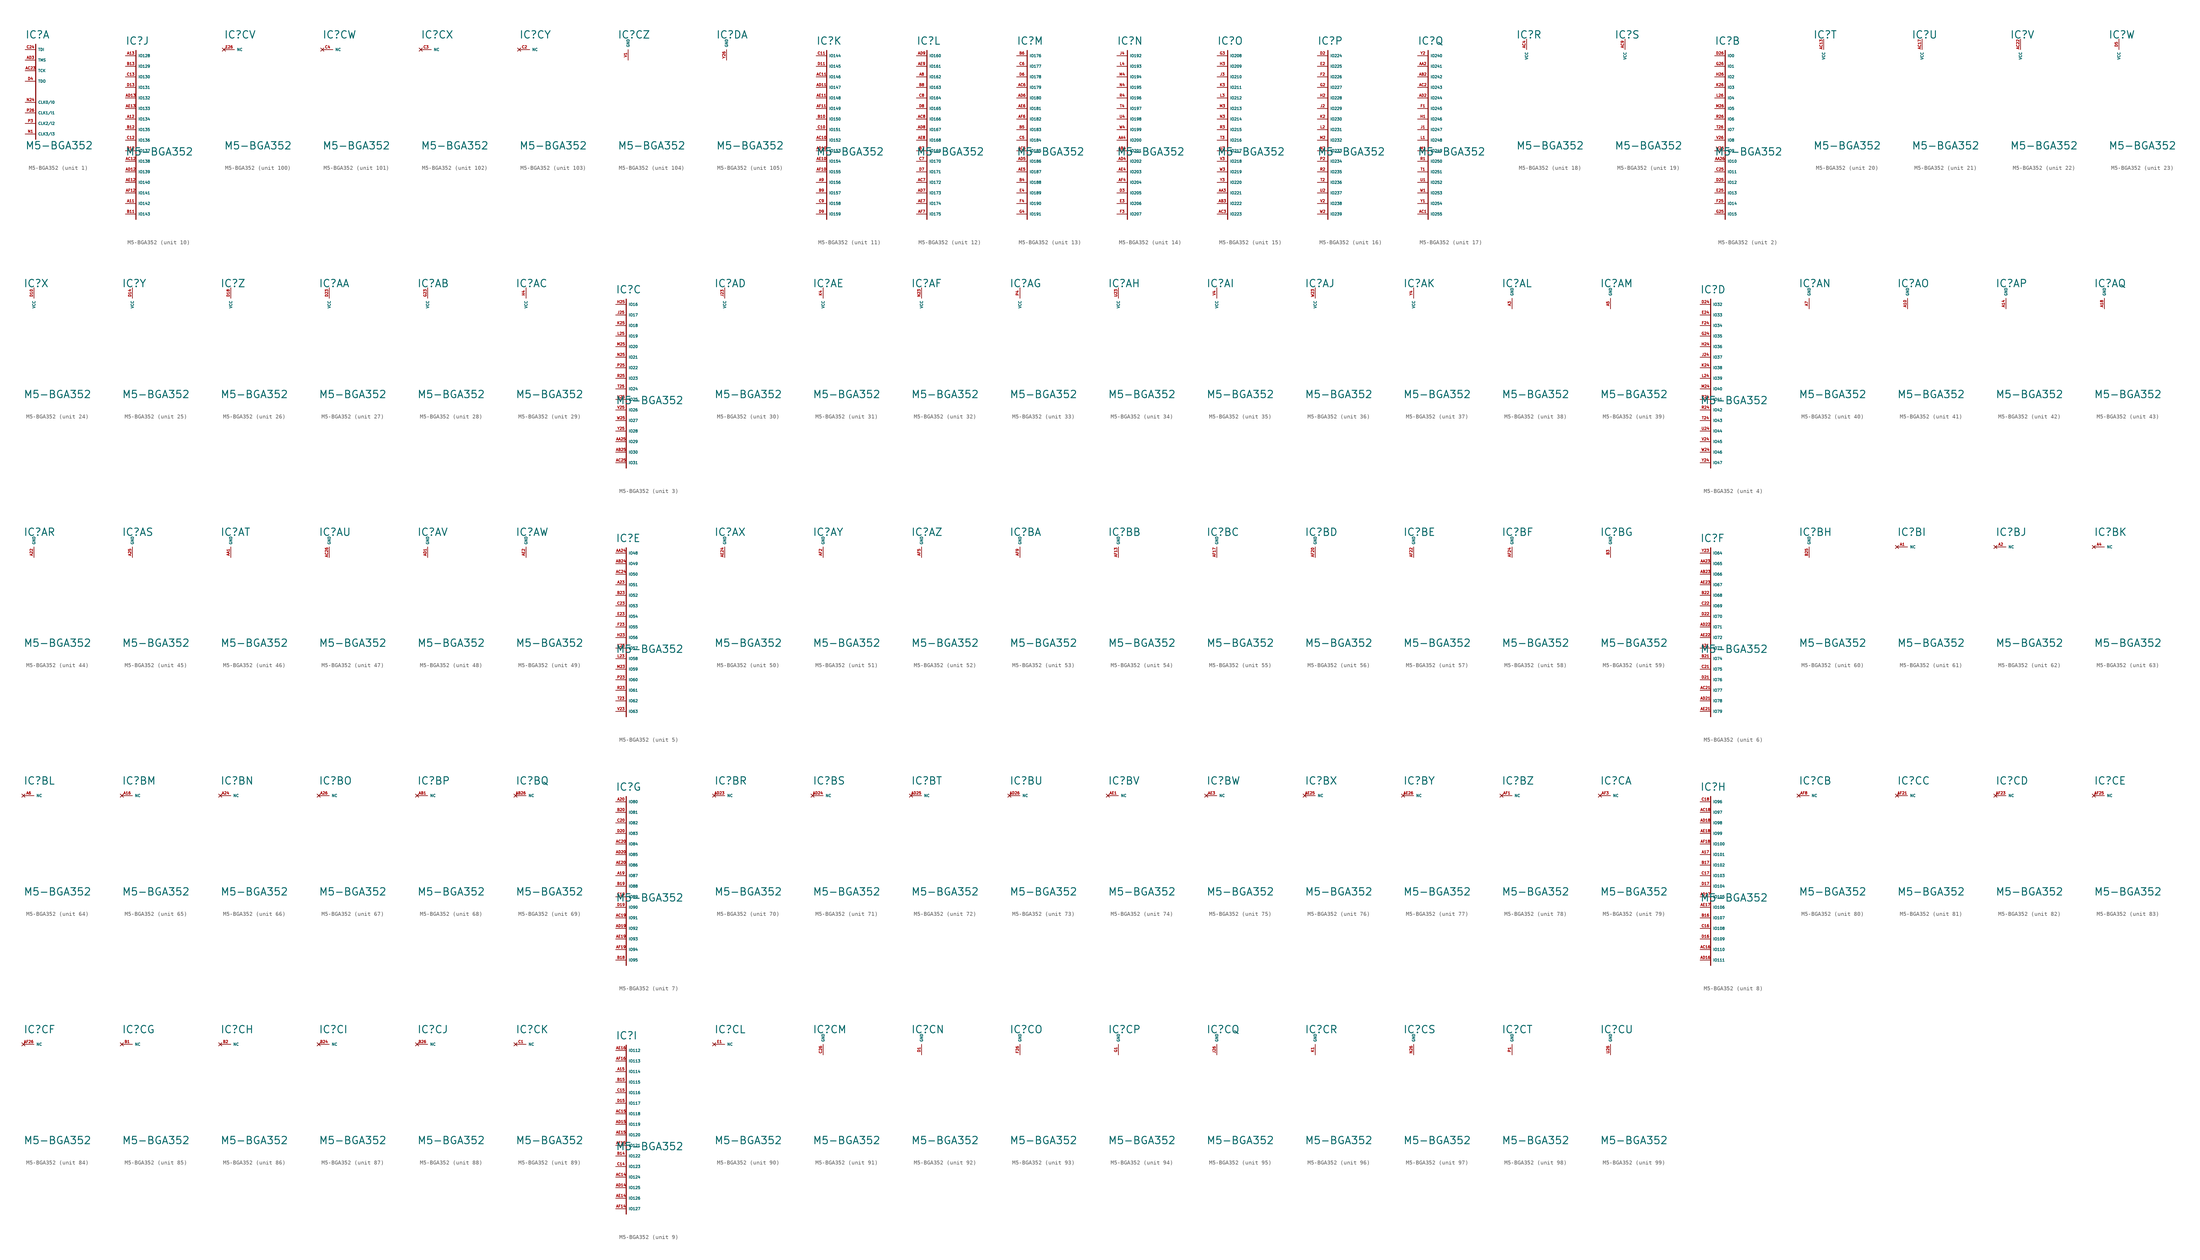
<source format=kicad_sym>
(kicad_symbol_lib
  (version 20220914)
  (generator Eagle2Kicad)
  (symbol "M5-BGA352"
    (property "Reference" "IC"
      (at -2.54 2.54 0)
      (effects (font (size 1.778 1.778) (thickness 0.22)) (justify left bottom)))
    (property "Value" "M5-BGA352"
      (at -2.54 -24.13 0)
      (effects (font (size 1.778 1.778) (thickness 0.22)) (justify left bottom)))
    (symbol "M5-BGA352_1_0"
      (polyline (pts (xy 0 1.27) (xy 0 -21.59)) (stroke (width 0.254) (type default)) (fill (type none)))
      (pin input line (at -2.54 0 0) (length 2.54) (name "TDI" (effects (font (size 0.635 0.635) (thickness 0.08)) (justify left bottom))) (number "C24" (effects (font (size 0.635 0.635) (thickness 0.08)) (justify left bottom))))
      (pin input line (at -2.54 -2.54 0) (length 2.54) (name "TMS" (effects (font (size 0.635 0.635) (thickness 0.08)) (justify left bottom))) (number "AD3" (effects (font (size 0.635 0.635) (thickness 0.08)) (justify left bottom))))
      (pin input line (at -2.54 -5.08 0) (length 2.54) (name "TCK" (effects (font (size 0.635 0.635) (thickness 0.08)) (justify left bottom))) (number "AC23" (effects (font (size 0.635 0.635) (thickness 0.08)) (justify left bottom))))
      (pin input line (at -2.54 -7.62 0) (length 2.54) (name "TDO" (effects (font (size 0.635 0.635) (thickness 0.08)) (justify left bottom))) (number "D4" (effects (font (size 0.635 0.635) (thickness 0.08)) (justify left bottom))))
      (pin input line (at -2.54 -12.7 0) (length 2.54) (name "CLK0/I0" (effects (font (size 0.635 0.635) (thickness 0.08)) (justify left bottom))) (number "N24" (effects (font (size 0.635 0.635) (thickness 0.08)) (justify left bottom))))
      (pin input line (at -2.54 -15.24 0) (length 2.54) (name "CLK1/I1" (effects (font (size 0.635 0.635) (thickness 0.08)) (justify left bottom))) (number "P26" (effects (font (size 0.635 0.635) (thickness 0.08)) (justify left bottom))))
      (pin input line (at -2.54 -17.78 0) (length 2.54) (name "CLK2/I2" (effects (font (size 0.635 0.635) (thickness 0.08)) (justify left bottom))) (number "P3" (effects (font (size 0.635 0.635) (thickness 0.08)) (justify left bottom))))
      (pin input line (at -2.54 -20.32 0) (length 2.54) (name "CLK3/I3" (effects (font (size 0.635 0.635) (thickness 0.08)) (justify left bottom))) (number "N1" (effects (font (size 0.635 0.635) (thickness 0.08)) (justify left bottom)))))
    (symbol "M5-BGA352_2_0"
      (polyline (pts (xy 0 1.27) (xy 0 -39.37)) (stroke (width 0.254) (type default)) (fill (type none)))
      (pin bidirectional line (at -2.54 0 0) (length 2.54) (name "IO0" (effects (font (size 0.635 0.635) (thickness 0.08)) (justify left bottom))) (number "D26" (effects (font (size 0.635 0.635) (thickness 0.08)) (justify left bottom))))
      (pin bidirectional line (at -2.54 -2.54 0) (length 2.54) (name "IO1" (effects (font (size 0.635 0.635) (thickness 0.08)) (justify left bottom))) (number "G26" (effects (font (size 0.635 0.635) (thickness 0.08)) (justify left bottom))))
      (pin bidirectional line (at -2.54 -5.08 0) (length 2.54) (name "IO2" (effects (font (size 0.635 0.635) (thickness 0.08)) (justify left bottom))) (number "H26" (effects (font (size 0.635 0.635) (thickness 0.08)) (justify left bottom))))
      (pin bidirectional line (at -2.54 -7.62 0) (length 2.54) (name "IO3" (effects (font (size 0.635 0.635) (thickness 0.08)) (justify left bottom))) (number "K26" (effects (font (size 0.635 0.635) (thickness 0.08)) (justify left bottom))))
      (pin bidirectional line (at -2.54 -10.16 0) (length 2.54) (name "IO4" (effects (font (size 0.635 0.635) (thickness 0.08)) (justify left bottom))) (number "L26" (effects (font (size 0.635 0.635) (thickness 0.08)) (justify left bottom))))
      (pin bidirectional line (at -2.54 -12.7 0) (length 2.54) (name "IO5" (effects (font (size 0.635 0.635) (thickness 0.08)) (justify left bottom))) (number "M26" (effects (font (size 0.635 0.635) (thickness 0.08)) (justify left bottom))))
      (pin bidirectional line (at -2.54 -15.24 0) (length 2.54) (name "IO6" (effects (font (size 0.635 0.635) (thickness 0.08)) (justify left bottom))) (number "R26" (effects (font (size 0.635 0.635) (thickness 0.08)) (justify left bottom))))
      (pin bidirectional line (at -2.54 -17.78 0) (length 2.54) (name "IO7" (effects (font (size 0.635 0.635) (thickness 0.08)) (justify left bottom))) (number "T26" (effects (font (size 0.635 0.635) (thickness 0.08)) (justify left bottom))))
      (pin bidirectional line (at -2.54 -20.32 0) (length 2.54) (name "IO8" (effects (font (size 0.635 0.635) (thickness 0.08)) (justify left bottom))) (number "V26" (effects (font (size 0.635 0.635) (thickness 0.08)) (justify left bottom))))
      (pin bidirectional line (at -2.54 -22.86 0) (length 2.54) (name "IO9" (effects (font (size 0.635 0.635) (thickness 0.08)) (justify left bottom))) (number "W26" (effects (font (size 0.635 0.635) (thickness 0.08)) (justify left bottom))))
      (pin bidirectional line (at -2.54 -25.4 0) (length 2.54) (name "IO10" (effects (font (size 0.635 0.635) (thickness 0.08)) (justify left bottom))) (number "AA26" (effects (font (size 0.635 0.635) (thickness 0.08)) (justify left bottom))))
      (pin bidirectional line (at -2.54 -27.94 0) (length 2.54) (name "IO11" (effects (font (size 0.635 0.635) (thickness 0.08)) (justify left bottom))) (number "C25" (effects (font (size 0.635 0.635) (thickness 0.08)) (justify left bottom))))
      (pin bidirectional line (at -2.54 -30.48 0) (length 2.54) (name "IO12" (effects (font (size 0.635 0.635) (thickness 0.08)) (justify left bottom))) (number "D25" (effects (font (size 0.635 0.635) (thickness 0.08)) (justify left bottom))))
      (pin bidirectional line (at -2.54 -33.02 0) (length 2.54) (name "IO13" (effects (font (size 0.635 0.635) (thickness 0.08)) (justify left bottom))) (number "E25" (effects (font (size 0.635 0.635) (thickness 0.08)) (justify left bottom))))
      (pin bidirectional line (at -2.54 -35.56 0) (length 2.54) (name "IO14" (effects (font (size 0.635 0.635) (thickness 0.08)) (justify left bottom))) (number "F25" (effects (font (size 0.635 0.635) (thickness 0.08)) (justify left bottom))))
      (pin bidirectional line (at -2.54 -38.1 0) (length 2.54) (name "IO15" (effects (font (size 0.635 0.635) (thickness 0.08)) (justify left bottom))) (number "G25" (effects (font (size 0.635 0.635) (thickness 0.08)) (justify left bottom)))))
    (symbol "M5-BGA352_3_0"
      (polyline (pts (xy 0 1.27) (xy 0 -39.37)) (stroke (width 0.254) (type default)) (fill (type none)))
      (pin bidirectional line (at -2.54 0 0) (length 2.54) (name "IO16" (effects (font (size 0.635 0.635) (thickness 0.08)) (justify left bottom))) (number "H25" (effects (font (size 0.635 0.635) (thickness 0.08)) (justify left bottom))))
      (pin bidirectional line (at -2.54 -2.54 0) (length 2.54) (name "IO17" (effects (font (size 0.635 0.635) (thickness 0.08)) (justify left bottom))) (number "J25" (effects (font (size 0.635 0.635) (thickness 0.08)) (justify left bottom))))
      (pin bidirectional line (at -2.54 -5.08 0) (length 2.54) (name "IO18" (effects (font (size 0.635 0.635) (thickness 0.08)) (justify left bottom))) (number "K25" (effects (font (size 0.635 0.635) (thickness 0.08)) (justify left bottom))))
      (pin bidirectional line (at -2.54 -7.62 0) (length 2.54) (name "IO19" (effects (font (size 0.635 0.635) (thickness 0.08)) (justify left bottom))) (number "L25" (effects (font (size 0.635 0.635) (thickness 0.08)) (justify left bottom))))
      (pin bidirectional line (at -2.54 -10.16 0) (length 2.54) (name "IO20" (effects (font (size 0.635 0.635) (thickness 0.08)) (justify left bottom))) (number "M25" (effects (font (size 0.635 0.635) (thickness 0.08)) (justify left bottom))))
      (pin bidirectional line (at -2.54 -12.7 0) (length 2.54) (name "IO21" (effects (font (size 0.635 0.635) (thickness 0.08)) (justify left bottom))) (number "N25" (effects (font (size 0.635 0.635) (thickness 0.08)) (justify left bottom))))
      (pin bidirectional line (at -2.54 -15.24 0) (length 2.54) (name "IO22" (effects (font (size 0.635 0.635) (thickness 0.08)) (justify left bottom))) (number "P25" (effects (font (size 0.635 0.635) (thickness 0.08)) (justify left bottom))))
      (pin bidirectional line (at -2.54 -17.78 0) (length 2.54) (name "IO23" (effects (font (size 0.635 0.635) (thickness 0.08)) (justify left bottom))) (number "R25" (effects (font (size 0.635 0.635) (thickness 0.08)) (justify left bottom))))
      (pin bidirectional line (at -2.54 -20.32 0) (length 2.54) (name "IO24" (effects (font (size 0.635 0.635) (thickness 0.08)) (justify left bottom))) (number "T25" (effects (font (size 0.635 0.635) (thickness 0.08)) (justify left bottom))))
      (pin bidirectional line (at -2.54 -22.86 0) (length 2.54) (name "IO25" (effects (font (size 0.635 0.635) (thickness 0.08)) (justify left bottom))) (number "U25" (effects (font (size 0.635 0.635) (thickness 0.08)) (justify left bottom))))
      (pin bidirectional line (at -2.54 -25.4 0) (length 2.54) (name "IO26" (effects (font (size 0.635 0.635) (thickness 0.08)) (justify left bottom))) (number "V25" (effects (font (size 0.635 0.635) (thickness 0.08)) (justify left bottom))))
      (pin bidirectional line (at -2.54 -27.94 0) (length 2.54) (name "IO27" (effects (font (size 0.635 0.635) (thickness 0.08)) (justify left bottom))) (number "W25" (effects (font (size 0.635 0.635) (thickness 0.08)) (justify left bottom))))
      (pin bidirectional line (at -2.54 -30.48 0) (length 2.54) (name "IO28" (effects (font (size 0.635 0.635) (thickness 0.08)) (justify left bottom))) (number "Y25" (effects (font (size 0.635 0.635) (thickness 0.08)) (justify left bottom))))
      (pin bidirectional line (at -2.54 -33.02 0) (length 2.54) (name "IO29" (effects (font (size 0.635 0.635) (thickness 0.08)) (justify left bottom))) (number "AA25" (effects (font (size 0.635 0.635) (thickness 0.08)) (justify left bottom))))
      (pin bidirectional line (at -2.54 -35.56 0) (length 2.54) (name "IO30" (effects (font (size 0.635 0.635) (thickness 0.08)) (justify left bottom))) (number "AB25" (effects (font (size 0.635 0.635) (thickness 0.08)) (justify left bottom))))
      (pin bidirectional line (at -2.54 -38.1 0) (length 2.54) (name "IO31" (effects (font (size 0.635 0.635) (thickness 0.08)) (justify left bottom))) (number "AC25" (effects (font (size 0.635 0.635) (thickness 0.08)) (justify left bottom)))))
    (symbol "M5-BGA352_4_0"
      (polyline (pts (xy 0 1.27) (xy 0 -39.37)) (stroke (width 0.254) (type default)) (fill (type none)))
      (pin bidirectional line (at -2.54 0 0) (length 2.54) (name "IO32" (effects (font (size 0.635 0.635) (thickness 0.08)) (justify left bottom))) (number "D24" (effects (font (size 0.635 0.635) (thickness 0.08)) (justify left bottom))))
      (pin bidirectional line (at -2.54 -2.54 0) (length 2.54) (name "IO33" (effects (font (size 0.635 0.635) (thickness 0.08)) (justify left bottom))) (number "E24" (effects (font (size 0.635 0.635) (thickness 0.08)) (justify left bottom))))
      (pin bidirectional line (at -2.54 -5.08 0) (length 2.54) (name "IO34" (effects (font (size 0.635 0.635) (thickness 0.08)) (justify left bottom))) (number "F24" (effects (font (size 0.635 0.635) (thickness 0.08)) (justify left bottom))))
      (pin bidirectional line (at -2.54 -7.62 0) (length 2.54) (name "IO35" (effects (font (size 0.635 0.635) (thickness 0.08)) (justify left bottom))) (number "G24" (effects (font (size 0.635 0.635) (thickness 0.08)) (justify left bottom))))
      (pin bidirectional line (at -2.54 -10.16 0) (length 2.54) (name "IO36" (effects (font (size 0.635 0.635) (thickness 0.08)) (justify left bottom))) (number "H24" (effects (font (size 0.635 0.635) (thickness 0.08)) (justify left bottom))))
      (pin bidirectional line (at -2.54 -12.7 0) (length 2.54) (name "IO37" (effects (font (size 0.635 0.635) (thickness 0.08)) (justify left bottom))) (number "J24" (effects (font (size 0.635 0.635) (thickness 0.08)) (justify left bottom))))
      (pin bidirectional line (at -2.54 -15.24 0) (length 2.54) (name "IO38" (effects (font (size 0.635 0.635) (thickness 0.08)) (justify left bottom))) (number "K24" (effects (font (size 0.635 0.635) (thickness 0.08)) (justify left bottom))))
      (pin bidirectional line (at -2.54 -17.78 0) (length 2.54) (name "IO39" (effects (font (size 0.635 0.635) (thickness 0.08)) (justify left bottom))) (number "L24" (effects (font (size 0.635 0.635) (thickness 0.08)) (justify left bottom))))
      (pin bidirectional line (at -2.54 -20.32 0) (length 2.54) (name "IO40" (effects (font (size 0.635 0.635) (thickness 0.08)) (justify left bottom))) (number "M24" (effects (font (size 0.635 0.635) (thickness 0.08)) (justify left bottom))))
      (pin bidirectional line (at -2.54 -22.86 0) (length 2.54) (name "IO41" (effects (font (size 0.635 0.635) (thickness 0.08)) (justify left bottom))) (number "P24" (effects (font (size 0.635 0.635) (thickness 0.08)) (justify left bottom))))
      (pin bidirectional line (at -2.54 -25.4 0) (length 2.54) (name "IO42" (effects (font (size 0.635 0.635) (thickness 0.08)) (justify left bottom))) (number "R24" (effects (font (size 0.635 0.635) (thickness 0.08)) (justify left bottom))))
      (pin bidirectional line (at -2.54 -27.94 0) (length 2.54) (name "IO43" (effects (font (size 0.635 0.635) (thickness 0.08)) (justify left bottom))) (number "T24" (effects (font (size 0.635 0.635) (thickness 0.08)) (justify left bottom))))
      (pin bidirectional line (at -2.54 -30.48 0) (length 2.54) (name "IO44" (effects (font (size 0.635 0.635) (thickness 0.08)) (justify left bottom))) (number "U24" (effects (font (size 0.635 0.635) (thickness 0.08)) (justify left bottom))))
      (pin bidirectional line (at -2.54 -33.02 0) (length 2.54) (name "IO45" (effects (font (size 0.635 0.635) (thickness 0.08)) (justify left bottom))) (number "V24" (effects (font (size 0.635 0.635) (thickness 0.08)) (justify left bottom))))
      (pin bidirectional line (at -2.54 -35.56 0) (length 2.54) (name "IO46" (effects (font (size 0.635 0.635) (thickness 0.08)) (justify left bottom))) (number "W24" (effects (font (size 0.635 0.635) (thickness 0.08)) (justify left bottom))))
      (pin bidirectional line (at -2.54 -38.1 0) (length 2.54) (name "IO47" (effects (font (size 0.635 0.635) (thickness 0.08)) (justify left bottom))) (number "Y24" (effects (font (size 0.635 0.635) (thickness 0.08)) (justify left bottom)))))
    (symbol "M5-BGA352_5_0"
      (polyline (pts (xy 0 1.27) (xy 0 -39.37)) (stroke (width 0.254) (type default)) (fill (type none)))
      (pin bidirectional line (at -2.54 0 0) (length 2.54) (name "IO48" (effects (font (size 0.635 0.635) (thickness 0.08)) (justify left bottom))) (number "AA24" (effects (font (size 0.635 0.635) (thickness 0.08)) (justify left bottom))))
      (pin bidirectional line (at -2.54 -2.54 0) (length 2.54) (name "IO49" (effects (font (size 0.635 0.635) (thickness 0.08)) (justify left bottom))) (number "AB24" (effects (font (size 0.635 0.635) (thickness 0.08)) (justify left bottom))))
      (pin bidirectional line (at -2.54 -5.08 0) (length 2.54) (name "IO50" (effects (font (size 0.635 0.635) (thickness 0.08)) (justify left bottom))) (number "AC24" (effects (font (size 0.635 0.635) (thickness 0.08)) (justify left bottom))))
      (pin bidirectional line (at -2.54 -7.62 0) (length 2.54) (name "IO51" (effects (font (size 0.635 0.635) (thickness 0.08)) (justify left bottom))) (number "A23" (effects (font (size 0.635 0.635) (thickness 0.08)) (justify left bottom))))
      (pin bidirectional line (at -2.54 -10.16 0) (length 2.54) (name "IO52" (effects (font (size 0.635 0.635) (thickness 0.08)) (justify left bottom))) (number "B23" (effects (font (size 0.635 0.635) (thickness 0.08)) (justify left bottom))))
      (pin bidirectional line (at -2.54 -12.7 0) (length 2.54) (name "IO53" (effects (font (size 0.635 0.635) (thickness 0.08)) (justify left bottom))) (number "C23" (effects (font (size 0.635 0.635) (thickness 0.08)) (justify left bottom))))
      (pin bidirectional line (at -2.54 -15.24 0) (length 2.54) (name "IO54" (effects (font (size 0.635 0.635) (thickness 0.08)) (justify left bottom))) (number "E23" (effects (font (size 0.635 0.635) (thickness 0.08)) (justify left bottom))))
      (pin bidirectional line (at -2.54 -17.78 0) (length 2.54) (name "IO55" (effects (font (size 0.635 0.635) (thickness 0.08)) (justify left bottom))) (number "F23" (effects (font (size 0.635 0.635) (thickness 0.08)) (justify left bottom))))
      (pin bidirectional line (at -2.54 -20.32 0) (length 2.54) (name "IO56" (effects (font (size 0.635 0.635) (thickness 0.08)) (justify left bottom))) (number "H23" (effects (font (size 0.635 0.635) (thickness 0.08)) (justify left bottom))))
      (pin bidirectional line (at -2.54 -22.86 0) (length 2.54) (name "IO57" (effects (font (size 0.635 0.635) (thickness 0.08)) (justify left bottom))) (number "K23" (effects (font (size 0.635 0.635) (thickness 0.08)) (justify left bottom))))
      (pin bidirectional line (at -2.54 -25.4 0) (length 2.54) (name "IO58" (effects (font (size 0.635 0.635) (thickness 0.08)) (justify left bottom))) (number "L23" (effects (font (size 0.635 0.635) (thickness 0.08)) (justify left bottom))))
      (pin bidirectional line (at -2.54 -27.94 0) (length 2.54) (name "IO59" (effects (font (size 0.635 0.635) (thickness 0.08)) (justify left bottom))) (number "M23" (effects (font (size 0.635 0.635) (thickness 0.08)) (justify left bottom))))
      (pin bidirectional line (at -2.54 -30.48 0) (length 2.54) (name "IO60" (effects (font (size 0.635 0.635) (thickness 0.08)) (justify left bottom))) (number "P23" (effects (font (size 0.635 0.635) (thickness 0.08)) (justify left bottom))))
      (pin bidirectional line (at -2.54 -33.02 0) (length 2.54) (name "IO61" (effects (font (size 0.635 0.635) (thickness 0.08)) (justify left bottom))) (number "R23" (effects (font (size 0.635 0.635) (thickness 0.08)) (justify left bottom))))
      (pin bidirectional line (at -2.54 -35.56 0) (length 2.54) (name "IO62" (effects (font (size 0.635 0.635) (thickness 0.08)) (justify left bottom))) (number "T23" (effects (font (size 0.635 0.635) (thickness 0.08)) (justify left bottom))))
      (pin bidirectional line (at -2.54 -38.1 0) (length 2.54) (name "IO63" (effects (font (size 0.635 0.635) (thickness 0.08)) (justify left bottom))) (number "V23" (effects (font (size 0.635 0.635) (thickness 0.08)) (justify left bottom)))))
    (symbol "M5-BGA352_6_0"
      (polyline (pts (xy 0 1.27) (xy 0 -39.37)) (stroke (width 0.254) (type default)) (fill (type none)))
      (pin bidirectional line (at -2.54 0 0) (length 2.54) (name "IO64" (effects (font (size 0.635 0.635) (thickness 0.08)) (justify left bottom))) (number "Y23" (effects (font (size 0.635 0.635) (thickness 0.08)) (justify left bottom))))
      (pin bidirectional line (at -2.54 -2.54 0) (length 2.54) (name "IO65" (effects (font (size 0.635 0.635) (thickness 0.08)) (justify left bottom))) (number "AA23" (effects (font (size 0.635 0.635) (thickness 0.08)) (justify left bottom))))
      (pin bidirectional line (at -2.54 -5.08 0) (length 2.54) (name "IO66" (effects (font (size 0.635 0.635) (thickness 0.08)) (justify left bottom))) (number "AB23" (effects (font (size 0.635 0.635) (thickness 0.08)) (justify left bottom))))
      (pin bidirectional line (at -2.54 -7.62 0) (length 2.54) (name "IO67" (effects (font (size 0.635 0.635) (thickness 0.08)) (justify left bottom))) (number "AE23" (effects (font (size 0.635 0.635) (thickness 0.08)) (justify left bottom))))
      (pin bidirectional line (at -2.54 -10.16 0) (length 2.54) (name "IO68" (effects (font (size 0.635 0.635) (thickness 0.08)) (justify left bottom))) (number "B22" (effects (font (size 0.635 0.635) (thickness 0.08)) (justify left bottom))))
      (pin bidirectional line (at -2.54 -12.7 0) (length 2.54) (name "IO69" (effects (font (size 0.635 0.635) (thickness 0.08)) (justify left bottom))) (number "C22" (effects (font (size 0.635 0.635) (thickness 0.08)) (justify left bottom))))
      (pin bidirectional line (at -2.54 -15.24 0) (length 2.54) (name "IO70" (effects (font (size 0.635 0.635) (thickness 0.08)) (justify left bottom))) (number "D22" (effects (font (size 0.635 0.635) (thickness 0.08)) (justify left bottom))))
      (pin bidirectional line (at -2.54 -17.78 0) (length 2.54) (name "IO71" (effects (font (size 0.635 0.635) (thickness 0.08)) (justify left bottom))) (number "AD22" (effects (font (size 0.635 0.635) (thickness 0.08)) (justify left bottom))))
      (pin bidirectional line (at -2.54 -20.32 0) (length 2.54) (name "IO72" (effects (font (size 0.635 0.635) (thickness 0.08)) (justify left bottom))) (number "AE22" (effects (font (size 0.635 0.635) (thickness 0.08)) (justify left bottom))))
      (pin bidirectional line (at -2.54 -22.86 0) (length 2.54) (name "IO73" (effects (font (size 0.635 0.635) (thickness 0.08)) (justify left bottom))) (number "A21" (effects (font (size 0.635 0.635) (thickness 0.08)) (justify left bottom))))
      (pin bidirectional line (at -2.54 -25.4 0) (length 2.54) (name "IO74" (effects (font (size 0.635 0.635) (thickness 0.08)) (justify left bottom))) (number "B21" (effects (font (size 0.635 0.635) (thickness 0.08)) (justify left bottom))))
      (pin bidirectional line (at -2.54 -27.94 0) (length 2.54) (name "IO75" (effects (font (size 0.635 0.635) (thickness 0.08)) (justify left bottom))) (number "C21" (effects (font (size 0.635 0.635) (thickness 0.08)) (justify left bottom))))
      (pin bidirectional line (at -2.54 -30.48 0) (length 2.54) (name "IO76" (effects (font (size 0.635 0.635) (thickness 0.08)) (justify left bottom))) (number "D21" (effects (font (size 0.635 0.635) (thickness 0.08)) (justify left bottom))))
      (pin bidirectional line (at -2.54 -33.02 0) (length 2.54) (name "IO77" (effects (font (size 0.635 0.635) (thickness 0.08)) (justify left bottom))) (number "AC21" (effects (font (size 0.635 0.635) (thickness 0.08)) (justify left bottom))))
      (pin bidirectional line (at -2.54 -35.56 0) (length 2.54) (name "IO78" (effects (font (size 0.635 0.635) (thickness 0.08)) (justify left bottom))) (number "AD21" (effects (font (size 0.635 0.635) (thickness 0.08)) (justify left bottom))))
      (pin bidirectional line (at -2.54 -38.1 0) (length 2.54) (name "IO79" (effects (font (size 0.635 0.635) (thickness 0.08)) (justify left bottom))) (number "AE21" (effects (font (size 0.635 0.635) (thickness 0.08)) (justify left bottom)))))
    (symbol "M5-BGA352_7_0"
      (polyline (pts (xy 0 1.27) (xy 0 -39.37)) (stroke (width 0.254) (type default)) (fill (type none)))
      (pin bidirectional line (at -2.54 0 0) (length 2.54) (name "IO80" (effects (font (size 0.635 0.635) (thickness 0.08)) (justify left bottom))) (number "A20" (effects (font (size 0.635 0.635) (thickness 0.08)) (justify left bottom))))
      (pin bidirectional line (at -2.54 -2.54 0) (length 2.54) (name "IO81" (effects (font (size 0.635 0.635) (thickness 0.08)) (justify left bottom))) (number "B20" (effects (font (size 0.635 0.635) (thickness 0.08)) (justify left bottom))))
      (pin bidirectional line (at -2.54 -5.08 0) (length 2.54) (name "IO82" (effects (font (size 0.635 0.635) (thickness 0.08)) (justify left bottom))) (number "C20" (effects (font (size 0.635 0.635) (thickness 0.08)) (justify left bottom))))
      (pin bidirectional line (at -2.54 -7.62 0) (length 2.54) (name "IO83" (effects (font (size 0.635 0.635) (thickness 0.08)) (justify left bottom))) (number "D20" (effects (font (size 0.635 0.635) (thickness 0.08)) (justify left bottom))))
      (pin bidirectional line (at -2.54 -10.16 0) (length 2.54) (name "IO84" (effects (font (size 0.635 0.635) (thickness 0.08)) (justify left bottom))) (number "AC20" (effects (font (size 0.635 0.635) (thickness 0.08)) (justify left bottom))))
      (pin bidirectional line (at -2.54 -12.7 0) (length 2.54) (name "IO85" (effects (font (size 0.635 0.635) (thickness 0.08)) (justify left bottom))) (number "AD20" (effects (font (size 0.635 0.635) (thickness 0.08)) (justify left bottom))))
      (pin bidirectional line (at -2.54 -15.24 0) (length 2.54) (name "IO86" (effects (font (size 0.635 0.635) (thickness 0.08)) (justify left bottom))) (number "AE20" (effects (font (size 0.635 0.635) (thickness 0.08)) (justify left bottom))))
      (pin bidirectional line (at -2.54 -17.78 0) (length 2.54) (name "IO87" (effects (font (size 0.635 0.635) (thickness 0.08)) (justify left bottom))) (number "A19" (effects (font (size 0.635 0.635) (thickness 0.08)) (justify left bottom))))
      (pin bidirectional line (at -2.54 -20.32 0) (length 2.54) (name "IO88" (effects (font (size 0.635 0.635) (thickness 0.08)) (justify left bottom))) (number "B19" (effects (font (size 0.635 0.635) (thickness 0.08)) (justify left bottom))))
      (pin bidirectional line (at -2.54 -22.86 0) (length 2.54) (name "IO89" (effects (font (size 0.635 0.635) (thickness 0.08)) (justify left bottom))) (number "C19" (effects (font (size 0.635 0.635) (thickness 0.08)) (justify left bottom))))
      (pin bidirectional line (at -2.54 -25.4 0) (length 2.54) (name "IO90" (effects (font (size 0.635 0.635) (thickness 0.08)) (justify left bottom))) (number "D19" (effects (font (size 0.635 0.635) (thickness 0.08)) (justify left bottom))))
      (pin bidirectional line (at -2.54 -27.94 0) (length 2.54) (name "IO91" (effects (font (size 0.635 0.635) (thickness 0.08)) (justify left bottom))) (number "AC19" (effects (font (size 0.635 0.635) (thickness 0.08)) (justify left bottom))))
      (pin bidirectional line (at -2.54 -30.48 0) (length 2.54) (name "IO92" (effects (font (size 0.635 0.635) (thickness 0.08)) (justify left bottom))) (number "AD19" (effects (font (size 0.635 0.635) (thickness 0.08)) (justify left bottom))))
      (pin bidirectional line (at -2.54 -33.02 0) (length 2.54) (name "IO93" (effects (font (size 0.635 0.635) (thickness 0.08)) (justify left bottom))) (number "AE19" (effects (font (size 0.635 0.635) (thickness 0.08)) (justify left bottom))))
      (pin bidirectional line (at -2.54 -35.56 0) (length 2.54) (name "IO94" (effects (font (size 0.635 0.635) (thickness 0.08)) (justify left bottom))) (number "AF19" (effects (font (size 0.635 0.635) (thickness 0.08)) (justify left bottom))))
      (pin bidirectional line (at -2.54 -38.1 0) (length 2.54) (name "IO95" (effects (font (size 0.635 0.635) (thickness 0.08)) (justify left bottom))) (number "B18" (effects (font (size 0.635 0.635) (thickness 0.08)) (justify left bottom)))))
    (symbol "M5-BGA352_8_0"
      (polyline (pts (xy 0 1.27) (xy 0 -39.37)) (stroke (width 0.254) (type default)) (fill (type none)))
      (pin bidirectional line (at -2.54 0 0) (length 2.54) (name "IO96" (effects (font (size 0.635 0.635) (thickness 0.08)) (justify left bottom))) (number "C18" (effects (font (size 0.635 0.635) (thickness 0.08)) (justify left bottom))))
      (pin bidirectional line (at -2.54 -2.54 0) (length 2.54) (name "IO97" (effects (font (size 0.635 0.635) (thickness 0.08)) (justify left bottom))) (number "AC18" (effects (font (size 0.635 0.635) (thickness 0.08)) (justify left bottom))))
      (pin bidirectional line (at -2.54 -5.08 0) (length 2.54) (name "IO98" (effects (font (size 0.635 0.635) (thickness 0.08)) (justify left bottom))) (number "AD18" (effects (font (size 0.635 0.635) (thickness 0.08)) (justify left bottom))))
      (pin bidirectional line (at -2.54 -7.62 0) (length 2.54) (name "IO99" (effects (font (size 0.635 0.635) (thickness 0.08)) (justify left bottom))) (number "AE18" (effects (font (size 0.635 0.635) (thickness 0.08)) (justify left bottom))))
      (pin bidirectional line (at -2.54 -10.16 0) (length 2.54) (name "IO100" (effects (font (size 0.635 0.635) (thickness 0.08)) (justify left bottom))) (number "AF18" (effects (font (size 0.635 0.635) (thickness 0.08)) (justify left bottom))))
      (pin bidirectional line (at -2.54 -12.7 0) (length 2.54) (name "IO101" (effects (font (size 0.635 0.635) (thickness 0.08)) (justify left bottom))) (number "A17" (effects (font (size 0.635 0.635) (thickness 0.08)) (justify left bottom))))
      (pin bidirectional line (at -2.54 -15.24 0) (length 2.54) (name "IO102" (effects (font (size 0.635 0.635) (thickness 0.08)) (justify left bottom))) (number "B17" (effects (font (size 0.635 0.635) (thickness 0.08)) (justify left bottom))))
      (pin bidirectional line (at -2.54 -17.78 0) (length 2.54) (name "IO103" (effects (font (size 0.635 0.635) (thickness 0.08)) (justify left bottom))) (number "C17" (effects (font (size 0.635 0.635) (thickness 0.08)) (justify left bottom))))
      (pin bidirectional line (at -2.54 -20.32 0) (length 2.54) (name "IO104" (effects (font (size 0.635 0.635) (thickness 0.08)) (justify left bottom))) (number "D17" (effects (font (size 0.635 0.635) (thickness 0.08)) (justify left bottom))))
      (pin bidirectional line (at -2.54 -22.86 0) (length 2.54) (name "IO105" (effects (font (size 0.635 0.635) (thickness 0.08)) (justify left bottom))) (number "AD17" (effects (font (size 0.635 0.635) (thickness 0.08)) (justify left bottom))))
      (pin bidirectional line (at -2.54 -25.4 0) (length 2.54) (name "IO106" (effects (font (size 0.635 0.635) (thickness 0.08)) (justify left bottom))) (number "AE17" (effects (font (size 0.635 0.635) (thickness 0.08)) (justify left bottom))))
      (pin bidirectional line (at -2.54 -27.94 0) (length 2.54) (name "IO107" (effects (font (size 0.635 0.635) (thickness 0.08)) (justify left bottom))) (number "B16" (effects (font (size 0.635 0.635) (thickness 0.08)) (justify left bottom))))
      (pin bidirectional line (at -2.54 -30.48 0) (length 2.54) (name "IO108" (effects (font (size 0.635 0.635) (thickness 0.08)) (justify left bottom))) (number "C16" (effects (font (size 0.635 0.635) (thickness 0.08)) (justify left bottom))))
      (pin bidirectional line (at -2.54 -33.02 0) (length 2.54) (name "IO109" (effects (font (size 0.635 0.635) (thickness 0.08)) (justify left bottom))) (number "D16" (effects (font (size 0.635 0.635) (thickness 0.08)) (justify left bottom))))
      (pin bidirectional line (at -2.54 -35.56 0) (length 2.54) (name "IO110" (effects (font (size 0.635 0.635) (thickness 0.08)) (justify left bottom))) (number "AC16" (effects (font (size 0.635 0.635) (thickness 0.08)) (justify left bottom))))
      (pin bidirectional line (at -2.54 -38.1 0) (length 2.54) (name "IO111" (effects (font (size 0.635 0.635) (thickness 0.08)) (justify left bottom))) (number "AD16" (effects (font (size 0.635 0.635) (thickness 0.08)) (justify left bottom)))))
    (symbol "M5-BGA352_9_0"
      (polyline (pts (xy 0 1.27) (xy 0 -39.37)) (stroke (width 0.254) (type default)) (fill (type none)))
      (pin bidirectional line (at -2.54 0 0) (length 2.54) (name "IO112" (effects (font (size 0.635 0.635) (thickness 0.08)) (justify left bottom))) (number "AE16" (effects (font (size 0.635 0.635) (thickness 0.08)) (justify left bottom))))
      (pin bidirectional line (at -2.54 -2.54 0) (length 2.54) (name "IO113" (effects (font (size 0.635 0.635) (thickness 0.08)) (justify left bottom))) (number "AF16" (effects (font (size 0.635 0.635) (thickness 0.08)) (justify left bottom))))
      (pin bidirectional line (at -2.54 -5.08 0) (length 2.54) (name "IO114" (effects (font (size 0.635 0.635) (thickness 0.08)) (justify left bottom))) (number "A15" (effects (font (size 0.635 0.635) (thickness 0.08)) (justify left bottom))))
      (pin bidirectional line (at -2.54 -7.62 0) (length 2.54) (name "IO115" (effects (font (size 0.635 0.635) (thickness 0.08)) (justify left bottom))) (number "B15" (effects (font (size 0.635 0.635) (thickness 0.08)) (justify left bottom))))
      (pin bidirectional line (at -2.54 -10.16 0) (length 2.54) (name "IO116" (effects (font (size 0.635 0.635) (thickness 0.08)) (justify left bottom))) (number "C15" (effects (font (size 0.635 0.635) (thickness 0.08)) (justify left bottom))))
      (pin bidirectional line (at -2.54 -12.7 0) (length 2.54) (name "IO117" (effects (font (size 0.635 0.635) (thickness 0.08)) (justify left bottom))) (number "D15" (effects (font (size 0.635 0.635) (thickness 0.08)) (justify left bottom))))
      (pin bidirectional line (at -2.54 -15.24 0) (length 2.54) (name "IO118" (effects (font (size 0.635 0.635) (thickness 0.08)) (justify left bottom))) (number "AC15" (effects (font (size 0.635 0.635) (thickness 0.08)) (justify left bottom))))
      (pin bidirectional line (at -2.54 -17.78 0) (length 2.54) (name "IO119" (effects (font (size 0.635 0.635) (thickness 0.08)) (justify left bottom))) (number "AD15" (effects (font (size 0.635 0.635) (thickness 0.08)) (justify left bottom))))
      (pin bidirectional line (at -2.54 -20.32 0) (length 2.54) (name "IO120" (effects (font (size 0.635 0.635) (thickness 0.08)) (justify left bottom))) (number "AE15" (effects (font (size 0.635 0.635) (thickness 0.08)) (justify left bottom))))
      (pin bidirectional line (at -2.54 -22.86 0) (length 2.54) (name "IO121" (effects (font (size 0.635 0.635) (thickness 0.08)) (justify left bottom))) (number "AF15" (effects (font (size 0.635 0.635) (thickness 0.08)) (justify left bottom))))
      (pin bidirectional line (at -2.54 -25.4 0) (length 2.54) (name "IO122" (effects (font (size 0.635 0.635) (thickness 0.08)) (justify left bottom))) (number "B14" (effects (font (size 0.635 0.635) (thickness 0.08)) (justify left bottom))))
      (pin bidirectional line (at -2.54 -27.94 0) (length 2.54) (name "IO123" (effects (font (size 0.635 0.635) (thickness 0.08)) (justify left bottom))) (number "C14" (effects (font (size 0.635 0.635) (thickness 0.08)) (justify left bottom))))
      (pin bidirectional line (at -2.54 -30.48 0) (length 2.54) (name "IO124" (effects (font (size 0.635 0.635) (thickness 0.08)) (justify left bottom))) (number "AC14" (effects (font (size 0.635 0.635) (thickness 0.08)) (justify left bottom))))
      (pin bidirectional line (at -2.54 -33.02 0) (length 2.54) (name "IO125" (effects (font (size 0.635 0.635) (thickness 0.08)) (justify left bottom))) (number "AD14" (effects (font (size 0.635 0.635) (thickness 0.08)) (justify left bottom))))
      (pin bidirectional line (at -2.54 -35.56 0) (length 2.54) (name "IO126" (effects (font (size 0.635 0.635) (thickness 0.08)) (justify left bottom))) (number "AE14" (effects (font (size 0.635 0.635) (thickness 0.08)) (justify left bottom))))
      (pin bidirectional line (at -2.54 -38.1 0) (length 2.54) (name "IO127" (effects (font (size 0.635 0.635) (thickness 0.08)) (justify left bottom))) (number "AF14" (effects (font (size 0.635 0.635) (thickness 0.08)) (justify left bottom)))))
    (symbol "M5-BGA352_10_0"
      (polyline (pts (xy 0 1.27) (xy 0 -39.37)) (stroke (width 0.254) (type default)) (fill (type none)))
      (pin bidirectional line (at -2.54 0 0) (length 2.54) (name "IO128" (effects (font (size 0.635 0.635) (thickness 0.08)) (justify left bottom))) (number "A13" (effects (font (size 0.635 0.635) (thickness 0.08)) (justify left bottom))))
      (pin bidirectional line (at -2.54 -2.54 0) (length 2.54) (name "IO129" (effects (font (size 0.635 0.635) (thickness 0.08)) (justify left bottom))) (number "B13" (effects (font (size 0.635 0.635) (thickness 0.08)) (justify left bottom))))
      (pin bidirectional line (at -2.54 -5.08 0) (length 2.54) (name "IO130" (effects (font (size 0.635 0.635) (thickness 0.08)) (justify left bottom))) (number "C13" (effects (font (size 0.635 0.635) (thickness 0.08)) (justify left bottom))))
      (pin bidirectional line (at -2.54 -7.62 0) (length 2.54) (name "IO131" (effects (font (size 0.635 0.635) (thickness 0.08)) (justify left bottom))) (number "D13" (effects (font (size 0.635 0.635) (thickness 0.08)) (justify left bottom))))
      (pin bidirectional line (at -2.54 -10.16 0) (length 2.54) (name "IO132" (effects (font (size 0.635 0.635) (thickness 0.08)) (justify left bottom))) (number "AD13" (effects (font (size 0.635 0.635) (thickness 0.08)) (justify left bottom))))
      (pin bidirectional line (at -2.54 -12.7 0) (length 2.54) (name "IO133" (effects (font (size 0.635 0.635) (thickness 0.08)) (justify left bottom))) (number "AE13" (effects (font (size 0.635 0.635) (thickness 0.08)) (justify left bottom))))
      (pin bidirectional line (at -2.54 -15.24 0) (length 2.54) (name "IO134" (effects (font (size 0.635 0.635) (thickness 0.08)) (justify left bottom))) (number "A12" (effects (font (size 0.635 0.635) (thickness 0.08)) (justify left bottom))))
      (pin bidirectional line (at -2.54 -17.78 0) (length 2.54) (name "IO135" (effects (font (size 0.635 0.635) (thickness 0.08)) (justify left bottom))) (number "B12" (effects (font (size 0.635 0.635) (thickness 0.08)) (justify left bottom))))
      (pin bidirectional line (at -2.54 -20.32 0) (length 2.54) (name "IO136" (effects (font (size 0.635 0.635) (thickness 0.08)) (justify left bottom))) (number "C12" (effects (font (size 0.635 0.635) (thickness 0.08)) (justify left bottom))))
      (pin bidirectional line (at -2.54 -22.86 0) (length 2.54) (name "IO137" (effects (font (size 0.635 0.635) (thickness 0.08)) (justify left bottom))) (number "D12" (effects (font (size 0.635 0.635) (thickness 0.08)) (justify left bottom))))
      (pin bidirectional line (at -2.54 -25.4 0) (length 2.54) (name "IO138" (effects (font (size 0.635 0.635) (thickness 0.08)) (justify left bottom))) (number "AC12" (effects (font (size 0.635 0.635) (thickness 0.08)) (justify left bottom))))
      (pin bidirectional line (at -2.54 -27.94 0) (length 2.54) (name "IO139" (effects (font (size 0.635 0.635) (thickness 0.08)) (justify left bottom))) (number "AD12" (effects (font (size 0.635 0.635) (thickness 0.08)) (justify left bottom))))
      (pin bidirectional line (at -2.54 -30.48 0) (length 2.54) (name "IO140" (effects (font (size 0.635 0.635) (thickness 0.08)) (justify left bottom))) (number "AE12" (effects (font (size 0.635 0.635) (thickness 0.08)) (justify left bottom))))
      (pin bidirectional line (at -2.54 -33.02 0) (length 2.54) (name "IO141" (effects (font (size 0.635 0.635) (thickness 0.08)) (justify left bottom))) (number "AF12" (effects (font (size 0.635 0.635) (thickness 0.08)) (justify left bottom))))
      (pin bidirectional line (at -2.54 -35.56 0) (length 2.54) (name "IO142" (effects (font (size 0.635 0.635) (thickness 0.08)) (justify left bottom))) (number "A11" (effects (font (size 0.635 0.635) (thickness 0.08)) (justify left bottom))))
      (pin bidirectional line (at -2.54 -38.1 0) (length 2.54) (name "IO143" (effects (font (size 0.635 0.635) (thickness 0.08)) (justify left bottom))) (number "B11" (effects (font (size 0.635 0.635) (thickness 0.08)) (justify left bottom)))))
    (symbol "M5-BGA352_11_0"
      (polyline (pts (xy 0 1.27) (xy 0 -39.37)) (stroke (width 0.254) (type default)) (fill (type none)))
      (pin bidirectional line (at -2.54 0 0) (length 2.54) (name "IO144" (effects (font (size 0.635 0.635) (thickness 0.08)) (justify left bottom))) (number "C11" (effects (font (size 0.635 0.635) (thickness 0.08)) (justify left bottom))))
      (pin bidirectional line (at -2.54 -2.54 0) (length 2.54) (name "IO145" (effects (font (size 0.635 0.635) (thickness 0.08)) (justify left bottom))) (number "D11" (effects (font (size 0.635 0.635) (thickness 0.08)) (justify left bottom))))
      (pin bidirectional line (at -2.54 -5.08 0) (length 2.54) (name "IO146" (effects (font (size 0.635 0.635) (thickness 0.08)) (justify left bottom))) (number "AC11" (effects (font (size 0.635 0.635) (thickness 0.08)) (justify left bottom))))
      (pin bidirectional line (at -2.54 -7.62 0) (length 2.54) (name "IO147" (effects (font (size 0.635 0.635) (thickness 0.08)) (justify left bottom))) (number "AD11" (effects (font (size 0.635 0.635) (thickness 0.08)) (justify left bottom))))
      (pin bidirectional line (at -2.54 -10.16 0) (length 2.54) (name "IO148" (effects (font (size 0.635 0.635) (thickness 0.08)) (justify left bottom))) (number "AE11" (effects (font (size 0.635 0.635) (thickness 0.08)) (justify left bottom))))
      (pin bidirectional line (at -2.54 -12.7 0) (length 2.54) (name "IO149" (effects (font (size 0.635 0.635) (thickness 0.08)) (justify left bottom))) (number "AF11" (effects (font (size 0.635 0.635) (thickness 0.08)) (justify left bottom))))
      (pin bidirectional line (at -2.54 -15.24 0) (length 2.54) (name "IO150" (effects (font (size 0.635 0.635) (thickness 0.08)) (justify left bottom))) (number "B10" (effects (font (size 0.635 0.635) (thickness 0.08)) (justify left bottom))))
      (pin bidirectional line (at -2.54 -17.78 0) (length 2.54) (name "IO151" (effects (font (size 0.635 0.635) (thickness 0.08)) (justify left bottom))) (number "C10" (effects (font (size 0.635 0.635) (thickness 0.08)) (justify left bottom))))
      (pin bidirectional line (at -2.54 -20.32 0) (length 2.54) (name "IO152" (effects (font (size 0.635 0.635) (thickness 0.08)) (justify left bottom))) (number "AC10" (effects (font (size 0.635 0.635) (thickness 0.08)) (justify left bottom))))
      (pin bidirectional line (at -2.54 -22.86 0) (length 2.54) (name "IO153" (effects (font (size 0.635 0.635) (thickness 0.08)) (justify left bottom))) (number "AD10" (effects (font (size 0.635 0.635) (thickness 0.08)) (justify left bottom))))
      (pin bidirectional line (at -2.54 -25.4 0) (length 2.54) (name "IO154" (effects (font (size 0.635 0.635) (thickness 0.08)) (justify left bottom))) (number "AE10" (effects (font (size 0.635 0.635) (thickness 0.08)) (justify left bottom))))
      (pin bidirectional line (at -2.54 -27.94 0) (length 2.54) (name "IO155" (effects (font (size 0.635 0.635) (thickness 0.08)) (justify left bottom))) (number "AF10" (effects (font (size 0.635 0.635) (thickness 0.08)) (justify left bottom))))
      (pin bidirectional line (at -2.54 -30.48 0) (length 2.54) (name "IO156" (effects (font (size 0.635 0.635) (thickness 0.08)) (justify left bottom))) (number "A9" (effects (font (size 0.635 0.635) (thickness 0.08)) (justify left bottom))))
      (pin bidirectional line (at -2.54 -33.02 0) (length 2.54) (name "IO157" (effects (font (size 0.635 0.635) (thickness 0.08)) (justify left bottom))) (number "B9" (effects (font (size 0.635 0.635) (thickness 0.08)) (justify left bottom))))
      (pin bidirectional line (at -2.54 -35.56 0) (length 2.54) (name "IO158" (effects (font (size 0.635 0.635) (thickness 0.08)) (justify left bottom))) (number "C9" (effects (font (size 0.635 0.635) (thickness 0.08)) (justify left bottom))))
      (pin bidirectional line (at -2.54 -38.1 0) (length 2.54) (name "IO159" (effects (font (size 0.635 0.635) (thickness 0.08)) (justify left bottom))) (number "D9" (effects (font (size 0.635 0.635) (thickness 0.08)) (justify left bottom)))))
    (symbol "M5-BGA352_12_0"
      (polyline (pts (xy 0 1.27) (xy 0 -39.37)) (stroke (width 0.254) (type default)) (fill (type none)))
      (pin bidirectional line (at -2.54 0 0) (length 2.54) (name "IO160" (effects (font (size 0.635 0.635) (thickness 0.08)) (justify left bottom))) (number "AD9" (effects (font (size 0.635 0.635) (thickness 0.08)) (justify left bottom))))
      (pin bidirectional line (at -2.54 -2.54 0) (length 2.54) (name "IO161" (effects (font (size 0.635 0.635) (thickness 0.08)) (justify left bottom))) (number "AE9" (effects (font (size 0.635 0.635) (thickness 0.08)) (justify left bottom))))
      (pin bidirectional line (at -2.54 -5.08 0) (length 2.54) (name "IO162" (effects (font (size 0.635 0.635) (thickness 0.08)) (justify left bottom))) (number "A8" (effects (font (size 0.635 0.635) (thickness 0.08)) (justify left bottom))))
      (pin bidirectional line (at -2.54 -7.62 0) (length 2.54) (name "IO163" (effects (font (size 0.635 0.635) (thickness 0.08)) (justify left bottom))) (number "B8" (effects (font (size 0.635 0.635) (thickness 0.08)) (justify left bottom))))
      (pin bidirectional line (at -2.54 -10.16 0) (length 2.54) (name "IO164" (effects (font (size 0.635 0.635) (thickness 0.08)) (justify left bottom))) (number "C8" (effects (font (size 0.635 0.635) (thickness 0.08)) (justify left bottom))))
      (pin bidirectional line (at -2.54 -12.7 0) (length 2.54) (name "IO165" (effects (font (size 0.635 0.635) (thickness 0.08)) (justify left bottom))) (number "D8" (effects (font (size 0.635 0.635) (thickness 0.08)) (justify left bottom))))
      (pin bidirectional line (at -2.54 -15.24 0) (length 2.54) (name "IO166" (effects (font (size 0.635 0.635) (thickness 0.08)) (justify left bottom))) (number "AC8" (effects (font (size 0.635 0.635) (thickness 0.08)) (justify left bottom))))
      (pin bidirectional line (at -2.54 -17.78 0) (length 2.54) (name "IO167" (effects (font (size 0.635 0.635) (thickness 0.08)) (justify left bottom))) (number "AD8" (effects (font (size 0.635 0.635) (thickness 0.08)) (justify left bottom))))
      (pin bidirectional line (at -2.54 -20.32 0) (length 2.54) (name "IO168" (effects (font (size 0.635 0.635) (thickness 0.08)) (justify left bottom))) (number "AE8" (effects (font (size 0.635 0.635) (thickness 0.08)) (justify left bottom))))
      (pin bidirectional line (at -2.54 -22.86 0) (length 2.54) (name "IO169" (effects (font (size 0.635 0.635) (thickness 0.08)) (justify left bottom))) (number "B7" (effects (font (size 0.635 0.635) (thickness 0.08)) (justify left bottom))))
      (pin bidirectional line (at -2.54 -25.4 0) (length 2.54) (name "IO170" (effects (font (size 0.635 0.635) (thickness 0.08)) (justify left bottom))) (number "C7" (effects (font (size 0.635 0.635) (thickness 0.08)) (justify left bottom))))
      (pin bidirectional line (at -2.54 -27.94 0) (length 2.54) (name "IO171" (effects (font (size 0.635 0.635) (thickness 0.08)) (justify left bottom))) (number "D7" (effects (font (size 0.635 0.635) (thickness 0.08)) (justify left bottom))))
      (pin bidirectional line (at -2.54 -30.48 0) (length 2.54) (name "IO172" (effects (font (size 0.635 0.635) (thickness 0.08)) (justify left bottom))) (number "AC7" (effects (font (size 0.635 0.635) (thickness 0.08)) (justify left bottom))))
      (pin bidirectional line (at -2.54 -33.02 0) (length 2.54) (name "IO173" (effects (font (size 0.635 0.635) (thickness 0.08)) (justify left bottom))) (number "AD7" (effects (font (size 0.635 0.635) (thickness 0.08)) (justify left bottom))))
      (pin bidirectional line (at -2.54 -35.56 0) (length 2.54) (name "IO174" (effects (font (size 0.635 0.635) (thickness 0.08)) (justify left bottom))) (number "AE7" (effects (font (size 0.635 0.635) (thickness 0.08)) (justify left bottom))))
      (pin bidirectional line (at -2.54 -38.1 0) (length 2.54) (name "IO175" (effects (font (size 0.635 0.635) (thickness 0.08)) (justify left bottom))) (number "AF7" (effects (font (size 0.635 0.635) (thickness 0.08)) (justify left bottom)))))
    (symbol "M5-BGA352_13_0"
      (polyline (pts (xy 0 1.27) (xy 0 -39.37)) (stroke (width 0.254) (type default)) (fill (type none)))
      (pin bidirectional line (at -2.54 0 0) (length 2.54) (name "IO176" (effects (font (size 0.635 0.635) (thickness 0.08)) (justify left bottom))) (number "B6" (effects (font (size 0.635 0.635) (thickness 0.08)) (justify left bottom))))
      (pin bidirectional line (at -2.54 -2.54 0) (length 2.54) (name "IO177" (effects (font (size 0.635 0.635) (thickness 0.08)) (justify left bottom))) (number "C6" (effects (font (size 0.635 0.635) (thickness 0.08)) (justify left bottom))))
      (pin bidirectional line (at -2.54 -5.08 0) (length 2.54) (name "IO178" (effects (font (size 0.635 0.635) (thickness 0.08)) (justify left bottom))) (number "D6" (effects (font (size 0.635 0.635) (thickness 0.08)) (justify left bottom))))
      (pin bidirectional line (at -2.54 -7.62 0) (length 2.54) (name "IO179" (effects (font (size 0.635 0.635) (thickness 0.08)) (justify left bottom))) (number "AC6" (effects (font (size 0.635 0.635) (thickness 0.08)) (justify left bottom))))
      (pin bidirectional line (at -2.54 -10.16 0) (length 2.54) (name "IO180" (effects (font (size 0.635 0.635) (thickness 0.08)) (justify left bottom))) (number "AD6" (effects (font (size 0.635 0.635) (thickness 0.08)) (justify left bottom))))
      (pin bidirectional line (at -2.54 -12.7 0) (length 2.54) (name "IO181" (effects (font (size 0.635 0.635) (thickness 0.08)) (justify left bottom))) (number "AE6" (effects (font (size 0.635 0.635) (thickness 0.08)) (justify left bottom))))
      (pin bidirectional line (at -2.54 -15.24 0) (length 2.54) (name "IO182" (effects (font (size 0.635 0.635) (thickness 0.08)) (justify left bottom))) (number "AF6" (effects (font (size 0.635 0.635) (thickness 0.08)) (justify left bottom))))
      (pin bidirectional line (at -2.54 -17.78 0) (length 2.54) (name "IO183" (effects (font (size 0.635 0.635) (thickness 0.08)) (justify left bottom))) (number "B5" (effects (font (size 0.635 0.635) (thickness 0.08)) (justify left bottom))))
      (pin bidirectional line (at -2.54 -20.32 0) (length 2.54) (name "IO184" (effects (font (size 0.635 0.635) (thickness 0.08)) (justify left bottom))) (number "C5" (effects (font (size 0.635 0.635) (thickness 0.08)) (justify left bottom))))
      (pin bidirectional line (at -2.54 -22.86 0) (length 2.54) (name "IO185" (effects (font (size 0.635 0.635) (thickness 0.08)) (justify left bottom))) (number "AC5" (effects (font (size 0.635 0.635) (thickness 0.08)) (justify left bottom))))
      (pin bidirectional line (at -2.54 -25.4 0) (length 2.54) (name "IO186" (effects (font (size 0.635 0.635) (thickness 0.08)) (justify left bottom))) (number "AD5" (effects (font (size 0.635 0.635) (thickness 0.08)) (justify left bottom))))
      (pin bidirectional line (at -2.54 -27.94 0) (length 2.54) (name "IO187" (effects (font (size 0.635 0.635) (thickness 0.08)) (justify left bottom))) (number "AE5" (effects (font (size 0.635 0.635) (thickness 0.08)) (justify left bottom))))
      (pin bidirectional line (at -2.54 -30.48 0) (length 2.54) (name "IO188" (effects (font (size 0.635 0.635) (thickness 0.08)) (justify left bottom))) (number "B4" (effects (font (size 0.635 0.635) (thickness 0.08)) (justify left bottom))))
      (pin bidirectional line (at -2.54 -33.02 0) (length 2.54) (name "IO189" (effects (font (size 0.635 0.635) (thickness 0.08)) (justify left bottom))) (number "E4" (effects (font (size 0.635 0.635) (thickness 0.08)) (justify left bottom))))
      (pin bidirectional line (at -2.54 -35.56 0) (length 2.54) (name "IO190" (effects (font (size 0.635 0.635) (thickness 0.08)) (justify left bottom))) (number "F4" (effects (font (size 0.635 0.635) (thickness 0.08)) (justify left bottom))))
      (pin bidirectional line (at -2.54 -38.1 0) (length 2.54) (name "IO191" (effects (font (size 0.635 0.635) (thickness 0.08)) (justify left bottom))) (number "G4" (effects (font (size 0.635 0.635) (thickness 0.08)) (justify left bottom)))))
    (symbol "M5-BGA352_14_0"
      (polyline (pts (xy 0 1.27) (xy 0 -39.37)) (stroke (width 0.254) (type default)) (fill (type none)))
      (pin bidirectional line (at -2.54 0 0) (length 2.54) (name "IO192" (effects (font (size 0.635 0.635) (thickness 0.08)) (justify left bottom))) (number "J4" (effects (font (size 0.635 0.635) (thickness 0.08)) (justify left bottom))))
      (pin bidirectional line (at -2.54 -2.54 0) (length 2.54) (name "IO193" (effects (font (size 0.635 0.635) (thickness 0.08)) (justify left bottom))) (number "L4" (effects (font (size 0.635 0.635) (thickness 0.08)) (justify left bottom))))
      (pin bidirectional line (at -2.54 -5.08 0) (length 2.54) (name "IO194" (effects (font (size 0.635 0.635) (thickness 0.08)) (justify left bottom))) (number "M4" (effects (font (size 0.635 0.635) (thickness 0.08)) (justify left bottom))))
      (pin bidirectional line (at -2.54 -7.62 0) (length 2.54) (name "IO195" (effects (font (size 0.635 0.635) (thickness 0.08)) (justify left bottom))) (number "N4" (effects (font (size 0.635 0.635) (thickness 0.08)) (justify left bottom))))
      (pin bidirectional line (at -2.54 -10.16 0) (length 2.54) (name "IO196" (effects (font (size 0.635 0.635) (thickness 0.08)) (justify left bottom))) (number "R4" (effects (font (size 0.635 0.635) (thickness 0.08)) (justify left bottom))))
      (pin bidirectional line (at -2.54 -12.7 0) (length 2.54) (name "IO197" (effects (font (size 0.635 0.635) (thickness 0.08)) (justify left bottom))) (number "T4" (effects (font (size 0.635 0.635) (thickness 0.08)) (justify left bottom))))
      (pin bidirectional line (at -2.54 -15.24 0) (length 2.54) (name "IO198" (effects (font (size 0.635 0.635) (thickness 0.08)) (justify left bottom))) (number "U4" (effects (font (size 0.635 0.635) (thickness 0.08)) (justify left bottom))))
      (pin bidirectional line (at -2.54 -17.78 0) (length 2.54) (name "IO199" (effects (font (size 0.635 0.635) (thickness 0.08)) (justify left bottom))) (number "W4" (effects (font (size 0.635 0.635) (thickness 0.08)) (justify left bottom))))
      (pin bidirectional line (at -2.54 -20.32 0) (length 2.54) (name "IO200" (effects (font (size 0.635 0.635) (thickness 0.08)) (justify left bottom))) (number "AA4" (effects (font (size 0.635 0.635) (thickness 0.08)) (justify left bottom))))
      (pin bidirectional line (at -2.54 -22.86 0) (length 2.54) (name "IO201" (effects (font (size 0.635 0.635) (thickness 0.08)) (justify left bottom))) (number "AB4" (effects (font (size 0.635 0.635) (thickness 0.08)) (justify left bottom))))
      (pin bidirectional line (at -2.54 -25.4 0) (length 2.54) (name "IO202" (effects (font (size 0.635 0.635) (thickness 0.08)) (justify left bottom))) (number "AD4" (effects (font (size 0.635 0.635) (thickness 0.08)) (justify left bottom))))
      (pin bidirectional line (at -2.54 -27.94 0) (length 2.54) (name "IO203" (effects (font (size 0.635 0.635) (thickness 0.08)) (justify left bottom))) (number "AE4" (effects (font (size 0.635 0.635) (thickness 0.08)) (justify left bottom))))
      (pin bidirectional line (at -2.54 -30.48 0) (length 2.54) (name "IO204" (effects (font (size 0.635 0.635) (thickness 0.08)) (justify left bottom))) (number "AF4" (effects (font (size 0.635 0.635) (thickness 0.08)) (justify left bottom))))
      (pin bidirectional line (at -2.54 -33.02 0) (length 2.54) (name "IO205" (effects (font (size 0.635 0.635) (thickness 0.08)) (justify left bottom))) (number "D3" (effects (font (size 0.635 0.635) (thickness 0.08)) (justify left bottom))))
      (pin bidirectional line (at -2.54 -35.56 0) (length 2.54) (name "IO206" (effects (font (size 0.635 0.635) (thickness 0.08)) (justify left bottom))) (number "E3" (effects (font (size 0.635 0.635) (thickness 0.08)) (justify left bottom))))
      (pin bidirectional line (at -2.54 -38.1 0) (length 2.54) (name "IO207" (effects (font (size 0.635 0.635) (thickness 0.08)) (justify left bottom))) (number "F3" (effects (font (size 0.635 0.635) (thickness 0.08)) (justify left bottom)))))
    (symbol "M5-BGA352_15_0"
      (polyline (pts (xy 0 1.27) (xy 0 -39.37)) (stroke (width 0.254) (type default)) (fill (type none)))
      (pin bidirectional line (at -2.54 0 0) (length 2.54) (name "IO208" (effects (font (size 0.635 0.635) (thickness 0.08)) (justify left bottom))) (number "G3" (effects (font (size 0.635 0.635) (thickness 0.08)) (justify left bottom))))
      (pin bidirectional line (at -2.54 -2.54 0) (length 2.54) (name "IO209" (effects (font (size 0.635 0.635) (thickness 0.08)) (justify left bottom))) (number "H3" (effects (font (size 0.635 0.635) (thickness 0.08)) (justify left bottom))))
      (pin bidirectional line (at -2.54 -5.08 0) (length 2.54) (name "IO210" (effects (font (size 0.635 0.635) (thickness 0.08)) (justify left bottom))) (number "J3" (effects (font (size 0.635 0.635) (thickness 0.08)) (justify left bottom))))
      (pin bidirectional line (at -2.54 -7.62 0) (length 2.54) (name "IO211" (effects (font (size 0.635 0.635) (thickness 0.08)) (justify left bottom))) (number "K3" (effects (font (size 0.635 0.635) (thickness 0.08)) (justify left bottom))))
      (pin bidirectional line (at -2.54 -10.16 0) (length 2.54) (name "IO212" (effects (font (size 0.635 0.635) (thickness 0.08)) (justify left bottom))) (number "L3" (effects (font (size 0.635 0.635) (thickness 0.08)) (justify left bottom))))
      (pin bidirectional line (at -2.54 -12.7 0) (length 2.54) (name "IO213" (effects (font (size 0.635 0.635) (thickness 0.08)) (justify left bottom))) (number "M3" (effects (font (size 0.635 0.635) (thickness 0.08)) (justify left bottom))))
      (pin bidirectional line (at -2.54 -15.24 0) (length 2.54) (name "IO214" (effects (font (size 0.635 0.635) (thickness 0.08)) (justify left bottom))) (number "N3" (effects (font (size 0.635 0.635) (thickness 0.08)) (justify left bottom))))
      (pin bidirectional line (at -2.54 -17.78 0) (length 2.54) (name "IO215" (effects (font (size 0.635 0.635) (thickness 0.08)) (justify left bottom))) (number "R3" (effects (font (size 0.635 0.635) (thickness 0.08)) (justify left bottom))))
      (pin bidirectional line (at -2.54 -20.32 0) (length 2.54) (name "IO216" (effects (font (size 0.635 0.635) (thickness 0.08)) (justify left bottom))) (number "T3" (effects (font (size 0.635 0.635) (thickness 0.08)) (justify left bottom))))
      (pin bidirectional line (at -2.54 -22.86 0) (length 2.54) (name "IO217" (effects (font (size 0.635 0.635) (thickness 0.08)) (justify left bottom))) (number "U3" (effects (font (size 0.635 0.635) (thickness 0.08)) (justify left bottom))))
      (pin bidirectional line (at -2.54 -25.4 0) (length 2.54) (name "IO218" (effects (font (size 0.635 0.635) (thickness 0.08)) (justify left bottom))) (number "V3" (effects (font (size 0.635 0.635) (thickness 0.08)) (justify left bottom))))
      (pin bidirectional line (at -2.54 -27.94 0) (length 2.54) (name "IO219" (effects (font (size 0.635 0.635) (thickness 0.08)) (justify left bottom))) (number "W3" (effects (font (size 0.635 0.635) (thickness 0.08)) (justify left bottom))))
      (pin bidirectional line (at -2.54 -30.48 0) (length 2.54) (name "IO220" (effects (font (size 0.635 0.635) (thickness 0.08)) (justify left bottom))) (number "Y3" (effects (font (size 0.635 0.635) (thickness 0.08)) (justify left bottom))))
      (pin bidirectional line (at -2.54 -33.02 0) (length 2.54) (name "IO221" (effects (font (size 0.635 0.635) (thickness 0.08)) (justify left bottom))) (number "AA3" (effects (font (size 0.635 0.635) (thickness 0.08)) (justify left bottom))))
      (pin bidirectional line (at -2.54 -35.56 0) (length 2.54) (name "IO222" (effects (font (size 0.635 0.635) (thickness 0.08)) (justify left bottom))) (number "AB3" (effects (font (size 0.635 0.635) (thickness 0.08)) (justify left bottom))))
      (pin bidirectional line (at -2.54 -38.1 0) (length 2.54) (name "IO223" (effects (font (size 0.635 0.635) (thickness 0.08)) (justify left bottom))) (number "AC3" (effects (font (size 0.635 0.635) (thickness 0.08)) (justify left bottom)))))
    (symbol "M5-BGA352_16_0"
      (polyline (pts (xy 0 1.27) (xy 0 -39.37)) (stroke (width 0.254) (type default)) (fill (type none)))
      (pin bidirectional line (at -2.54 0 0) (length 2.54) (name "IO224" (effects (font (size 0.635 0.635) (thickness 0.08)) (justify left bottom))) (number "D2" (effects (font (size 0.635 0.635) (thickness 0.08)) (justify left bottom))))
      (pin bidirectional line (at -2.54 -2.54 0) (length 2.54) (name "IO225" (effects (font (size 0.635 0.635) (thickness 0.08)) (justify left bottom))) (number "E2" (effects (font (size 0.635 0.635) (thickness 0.08)) (justify left bottom))))
      (pin bidirectional line (at -2.54 -5.08 0) (length 2.54) (name "IO226" (effects (font (size 0.635 0.635) (thickness 0.08)) (justify left bottom))) (number "F2" (effects (font (size 0.635 0.635) (thickness 0.08)) (justify left bottom))))
      (pin bidirectional line (at -2.54 -7.62 0) (length 2.54) (name "IO227" (effects (font (size 0.635 0.635) (thickness 0.08)) (justify left bottom))) (number "G2" (effects (font (size 0.635 0.635) (thickness 0.08)) (justify left bottom))))
      (pin bidirectional line (at -2.54 -10.16 0) (length 2.54) (name "IO228" (effects (font (size 0.635 0.635) (thickness 0.08)) (justify left bottom))) (number "H2" (effects (font (size 0.635 0.635) (thickness 0.08)) (justify left bottom))))
      (pin bidirectional line (at -2.54 -12.7 0) (length 2.54) (name "IO229" (effects (font (size 0.635 0.635) (thickness 0.08)) (justify left bottom))) (number "J2" (effects (font (size 0.635 0.635) (thickness 0.08)) (justify left bottom))))
      (pin bidirectional line (at -2.54 -15.24 0) (length 2.54) (name "IO230" (effects (font (size 0.635 0.635) (thickness 0.08)) (justify left bottom))) (number "K2" (effects (font (size 0.635 0.635) (thickness 0.08)) (justify left bottom))))
      (pin bidirectional line (at -2.54 -17.78 0) (length 2.54) (name "IO231" (effects (font (size 0.635 0.635) (thickness 0.08)) (justify left bottom))) (number "L2" (effects (font (size 0.635 0.635) (thickness 0.08)) (justify left bottom))))
      (pin bidirectional line (at -2.54 -20.32 0) (length 2.54) (name "IO232" (effects (font (size 0.635 0.635) (thickness 0.08)) (justify left bottom))) (number "M2" (effects (font (size 0.635 0.635) (thickness 0.08)) (justify left bottom))))
      (pin bidirectional line (at -2.54 -22.86 0) (length 2.54) (name "IO233" (effects (font (size 0.635 0.635) (thickness 0.08)) (justify left bottom))) (number "N2" (effects (font (size 0.635 0.635) (thickness 0.08)) (justify left bottom))))
      (pin bidirectional line (at -2.54 -25.4 0) (length 2.54) (name "IO234" (effects (font (size 0.635 0.635) (thickness 0.08)) (justify left bottom))) (number "P2" (effects (font (size 0.635 0.635) (thickness 0.08)) (justify left bottom))))
      (pin bidirectional line (at -2.54 -27.94 0) (length 2.54) (name "IO235" (effects (font (size 0.635 0.635) (thickness 0.08)) (justify left bottom))) (number "R2" (effects (font (size 0.635 0.635) (thickness 0.08)) (justify left bottom))))
      (pin bidirectional line (at -2.54 -30.48 0) (length 2.54) (name "IO236" (effects (font (size 0.635 0.635) (thickness 0.08)) (justify left bottom))) (number "T2" (effects (font (size 0.635 0.635) (thickness 0.08)) (justify left bottom))))
      (pin bidirectional line (at -2.54 -33.02 0) (length 2.54) (name "IO237" (effects (font (size 0.635 0.635) (thickness 0.08)) (justify left bottom))) (number "U2" (effects (font (size 0.635 0.635) (thickness 0.08)) (justify left bottom))))
      (pin bidirectional line (at -2.54 -35.56 0) (length 2.54) (name "IO238" (effects (font (size 0.635 0.635) (thickness 0.08)) (justify left bottom))) (number "V2" (effects (font (size 0.635 0.635) (thickness 0.08)) (justify left bottom))))
      (pin bidirectional line (at -2.54 -38.1 0) (length 2.54) (name "IO239" (effects (font (size 0.635 0.635) (thickness 0.08)) (justify left bottom))) (number "W2" (effects (font (size 0.635 0.635) (thickness 0.08)) (justify left bottom)))))
    (symbol "M5-BGA352_17_0"
      (polyline (pts (xy 0 1.27) (xy 0 -39.37)) (stroke (width 0.254) (type default)) (fill (type none)))
      (pin bidirectional line (at -2.54 0 0) (length 2.54) (name "IO240" (effects (font (size 0.635 0.635) (thickness 0.08)) (justify left bottom))) (number "Y2" (effects (font (size 0.635 0.635) (thickness 0.08)) (justify left bottom))))
      (pin bidirectional line (at -2.54 -2.54 0) (length 2.54) (name "IO241" (effects (font (size 0.635 0.635) (thickness 0.08)) (justify left bottom))) (number "AA2" (effects (font (size 0.635 0.635) (thickness 0.08)) (justify left bottom))))
      (pin bidirectional line (at -2.54 -5.08 0) (length 2.54) (name "IO242" (effects (font (size 0.635 0.635) (thickness 0.08)) (justify left bottom))) (number "AB2" (effects (font (size 0.635 0.635) (thickness 0.08)) (justify left bottom))))
      (pin bidirectional line (at -2.54 -7.62 0) (length 2.54) (name "IO243" (effects (font (size 0.635 0.635) (thickness 0.08)) (justify left bottom))) (number "AC2" (effects (font (size 0.635 0.635) (thickness 0.08)) (justify left bottom))))
      (pin bidirectional line (at -2.54 -10.16 0) (length 2.54) (name "IO244" (effects (font (size 0.635 0.635) (thickness 0.08)) (justify left bottom))) (number "AD2" (effects (font (size 0.635 0.635) (thickness 0.08)) (justify left bottom))))
      (pin bidirectional line (at -2.54 -12.7 0) (length 2.54) (name "IO245" (effects (font (size 0.635 0.635) (thickness 0.08)) (justify left bottom))) (number "F1" (effects (font (size 0.635 0.635) (thickness 0.08)) (justify left bottom))))
      (pin bidirectional line (at -2.54 -15.24 0) (length 2.54) (name "IO246" (effects (font (size 0.635 0.635) (thickness 0.08)) (justify left bottom))) (number "H1" (effects (font (size 0.635 0.635) (thickness 0.08)) (justify left bottom))))
      (pin bidirectional line (at -2.54 -17.78 0) (length 2.54) (name "IO247" (effects (font (size 0.635 0.635) (thickness 0.08)) (justify left bottom))) (number "J1" (effects (font (size 0.635 0.635) (thickness 0.08)) (justify left bottom))))
      (pin bidirectional line (at -2.54 -20.32 0) (length 2.54) (name "IO248" (effects (font (size 0.635 0.635) (thickness 0.08)) (justify left bottom))) (number "L1" (effects (font (size 0.635 0.635) (thickness 0.08)) (justify left bottom))))
      (pin bidirectional line (at -2.54 -22.86 0) (length 2.54) (name "IO249" (effects (font (size 0.635 0.635) (thickness 0.08)) (justify left bottom))) (number "M1" (effects (font (size 0.635 0.635) (thickness 0.08)) (justify left bottom))))
      (pin bidirectional line (at -2.54 -25.4 0) (length 2.54) (name "IO250" (effects (font (size 0.635 0.635) (thickness 0.08)) (justify left bottom))) (number "R1" (effects (font (size 0.635 0.635) (thickness 0.08)) (justify left bottom))))
      (pin bidirectional line (at -2.54 -27.94 0) (length 2.54) (name "IO251" (effects (font (size 0.635 0.635) (thickness 0.08)) (justify left bottom))) (number "T1" (effects (font (size 0.635 0.635) (thickness 0.08)) (justify left bottom))))
      (pin bidirectional line (at -2.54 -30.48 0) (length 2.54) (name "IO252" (effects (font (size 0.635 0.635) (thickness 0.08)) (justify left bottom))) (number "U1" (effects (font (size 0.635 0.635) (thickness 0.08)) (justify left bottom))))
      (pin bidirectional line (at -2.54 -33.02 0) (length 2.54) (name "IO253" (effects (font (size 0.635 0.635) (thickness 0.08)) (justify left bottom))) (number "W1" (effects (font (size 0.635 0.635) (thickness 0.08)) (justify left bottom))))
      (pin bidirectional line (at -2.54 -35.56 0) (length 2.54) (name "IO254" (effects (font (size 0.635 0.635) (thickness 0.08)) (justify left bottom))) (number "Y1" (effects (font (size 0.635 0.635) (thickness 0.08)) (justify left bottom))))
      (pin bidirectional line (at -2.54 -38.1 0) (length 2.54) (name "IO255" (effects (font (size 0.635 0.635) (thickness 0.08)) (justify left bottom))) (number "AC1" (effects (font (size 0.635 0.635) (thickness 0.08)) (justify left bottom)))))
    (symbol "M5-BGA352_18_0"
      (pin unspecified line (at 0 2.54 270) (length 2.54) (name "VCC" (effects (font (size 0.635 0.635) (thickness 0.08)) (justify left bottom))) (number "AC4" (effects (font (size 0.635 0.635) (thickness 0.08)) (justify left bottom)))))
    (symbol "M5-BGA352_19_0"
      (pin unspecified line (at 0 2.54 270) (length 2.54) (name "VCC" (effects (font (size 0.635 0.635) (thickness 0.08)) (justify left bottom))) (number "AC9" (effects (font (size 0.635 0.635) (thickness 0.08)) (justify left bottom)))))
    (symbol "M5-BGA352_20_0"
      (pin unspecified line (at 0 2.54 270) (length 2.54) (name "VCC" (effects (font (size 0.635 0.635) (thickness 0.08)) (justify left bottom))) (number "AC13" (effects (font (size 0.635 0.635) (thickness 0.08)) (justify left bottom)))))
    (symbol "M5-BGA352_21_0"
      (pin unspecified line (at 0 2.54 270) (length 2.54) (name "VCC" (effects (font (size 0.635 0.635) (thickness 0.08)) (justify left bottom))) (number "AC17" (effects (font (size 0.635 0.635) (thickness 0.08)) (justify left bottom)))))
    (symbol "M5-BGA352_22_0"
      (pin unspecified line (at 0 2.54 270) (length 2.54) (name "VCC" (effects (font (size 0.635 0.635) (thickness 0.08)) (justify left bottom))) (number "AC22" (effects (font (size 0.635 0.635) (thickness 0.08)) (justify left bottom)))))
    (symbol "M5-BGA352_23_0"
      (pin unspecified line (at 0 2.54 270) (length 2.54) (name "VCC" (effects (font (size 0.635 0.635) (thickness 0.08)) (justify left bottom))) (number "D5" (effects (font (size 0.635 0.635) (thickness 0.08)) (justify left bottom)))))
    (symbol "M5-BGA352_24_0"
      (pin unspecified line (at 0 2.54 270) (length 2.54) (name "VCC" (effects (font (size 0.635 0.635) (thickness 0.08)) (justify left bottom))) (number "D10" (effects (font (size 0.635 0.635) (thickness 0.08)) (justify left bottom)))))
    (symbol "M5-BGA352_25_0"
      (pin unspecified line (at 0 2.54 270) (length 2.54) (name "VCC" (effects (font (size 0.635 0.635) (thickness 0.08)) (justify left bottom))) (number "D14" (effects (font (size 0.635 0.635) (thickness 0.08)) (justify left bottom)))))
    (symbol "M5-BGA352_26_0"
      (pin unspecified line (at 0 2.54 270) (length 2.54) (name "VCC" (effects (font (size 0.635 0.635) (thickness 0.08)) (justify left bottom))) (number "D18" (effects (font (size 0.635 0.635) (thickness 0.08)) (justify left bottom)))))
    (symbol "M5-BGA352_27_0"
      (pin unspecified line (at 0 2.54 270) (length 2.54) (name "VCC" (effects (font (size 0.635 0.635) (thickness 0.08)) (justify left bottom))) (number "D23" (effects (font (size 0.635 0.635) (thickness 0.08)) (justify left bottom)))))
    (symbol "M5-BGA352_28_0"
      (pin unspecified line (at 0 2.54 270) (length 2.54) (name "VCC" (effects (font (size 0.635 0.635) (thickness 0.08)) (justify left bottom))) (number "G23" (effects (font (size 0.635 0.635) (thickness 0.08)) (justify left bottom)))))
    (symbol "M5-BGA352_29_0"
      (pin unspecified line (at 0 2.54 270) (length 2.54) (name "VCC" (effects (font (size 0.635 0.635) (thickness 0.08)) (justify left bottom))) (number "H4" (effects (font (size 0.635 0.635) (thickness 0.08)) (justify left bottom)))))
    (symbol "M5-BGA352_30_0"
      (pin unspecified line (at 0 2.54 270) (length 2.54) (name "VCC" (effects (font (size 0.635 0.635) (thickness 0.08)) (justify left bottom))) (number "J23" (effects (font (size 0.635 0.635) (thickness 0.08)) (justify left bottom)))))
    (symbol "M5-BGA352_31_0"
      (pin unspecified line (at 0 2.54 270) (length 2.54) (name "VCC" (effects (font (size 0.635 0.635) (thickness 0.08)) (justify left bottom))) (number "K4" (effects (font (size 0.635 0.635) (thickness 0.08)) (justify left bottom)))))
    (symbol "M5-BGA352_32_0"
      (pin unspecified line (at 0 2.54 270) (length 2.54) (name "VCC" (effects (font (size 0.635 0.635) (thickness 0.08)) (justify left bottom))) (number "N23" (effects (font (size 0.635 0.635) (thickness 0.08)) (justify left bottom)))))
    (symbol "M5-BGA352_33_0"
      (pin unspecified line (at 0 2.54 270) (length 2.54) (name "VCC" (effects (font (size 0.635 0.635) (thickness 0.08)) (justify left bottom))) (number "P4" (effects (font (size 0.635 0.635) (thickness 0.08)) (justify left bottom)))))
    (symbol "M5-BGA352_34_0"
      (pin unspecified line (at 0 2.54 270) (length 2.54) (name "VCC" (effects (font (size 0.635 0.635) (thickness 0.08)) (justify left bottom))) (number "U23" (effects (font (size 0.635 0.635) (thickness 0.08)) (justify left bottom)))))
    (symbol "M5-BGA352_35_0"
      (pin unspecified line (at 0 2.54 270) (length 2.54) (name "VCC" (effects (font (size 0.635 0.635) (thickness 0.08)) (justify left bottom))) (number "V4" (effects (font (size 0.635 0.635) (thickness 0.08)) (justify left bottom)))))
    (symbol "M5-BGA352_36_0"
      (pin unspecified line (at 0 2.54 270) (length 2.54) (name "VCC" (effects (font (size 0.635 0.635) (thickness 0.08)) (justify left bottom))) (number "W23" (effects (font (size 0.635 0.635) (thickness 0.08)) (justify left bottom)))))
    (symbol "M5-BGA352_37_0"
      (pin unspecified line (at 0 2.54 270) (length 2.54) (name "VCC" (effects (font (size 0.635 0.635) (thickness 0.08)) (justify left bottom))) (number "Y4" (effects (font (size 0.635 0.635) (thickness 0.08)) (justify left bottom)))))
    (symbol "M5-BGA352_38_0"
      (pin unspecified line (at 0 -2.54 90) (length 2.54) (name "GND" (effects (font (size 0.635 0.635) (thickness 0.08)) (justify left bottom))) (number "A3" (effects (font (size 0.635 0.635) (thickness 0.08)) (justify left bottom)))))
    (symbol "M5-BGA352_39_0"
      (pin unspecified line (at 0 -2.54 90) (length 2.54) (name "GND" (effects (font (size 0.635 0.635) (thickness 0.08)) (justify left bottom))) (number "A5" (effects (font (size 0.635 0.635) (thickness 0.08)) (justify left bottom)))))
    (symbol "M5-BGA352_40_0"
      (pin unspecified line (at 0 -2.54 90) (length 2.54) (name "GND" (effects (font (size 0.635 0.635) (thickness 0.08)) (justify left bottom))) (number "A7" (effects (font (size 0.635 0.635) (thickness 0.08)) (justify left bottom)))))
    (symbol "M5-BGA352_41_0"
      (pin unspecified line (at 0 -2.54 90) (length 2.54) (name "GND" (effects (font (size 0.635 0.635) (thickness 0.08)) (justify left bottom))) (number "A10" (effects (font (size 0.635 0.635) (thickness 0.08)) (justify left bottom)))))
    (symbol "M5-BGA352_42_0"
      (pin unspecified line (at 0 -2.54 90) (length 2.54) (name "GND" (effects (font (size 0.635 0.635) (thickness 0.08)) (justify left bottom))) (number "A14" (effects (font (size 0.635 0.635) (thickness 0.08)) (justify left bottom)))))
    (symbol "M5-BGA352_43_0"
      (pin unspecified line (at 0 -2.54 90) (length 2.54) (name "GND" (effects (font (size 0.635 0.635) (thickness 0.08)) (justify left bottom))) (number "A18" (effects (font (size 0.635 0.635) (thickness 0.08)) (justify left bottom)))))
    (symbol "M5-BGA352_44_0"
      (pin unspecified line (at 0 -2.54 90) (length 2.54) (name "GND" (effects (font (size 0.635 0.635) (thickness 0.08)) (justify left bottom))) (number "A22" (effects (font (size 0.635 0.635) (thickness 0.08)) (justify left bottom)))))
    (symbol "M5-BGA352_45_0"
      (pin unspecified line (at 0 -2.54 90) (length 2.54) (name "GND" (effects (font (size 0.635 0.635) (thickness 0.08)) (justify left bottom))) (number "A25" (effects (font (size 0.635 0.635) (thickness 0.08)) (justify left bottom)))))
    (symbol "M5-BGA352_46_0"
      (pin unspecified line (at 0 -2.54 90) (length 2.54) (name "GND" (effects (font (size 0.635 0.635) (thickness 0.08)) (justify left bottom))) (number "AA1" (effects (font (size 0.635 0.635) (thickness 0.08)) (justify left bottom)))))
    (symbol "M5-BGA352_47_0"
      (pin unspecified line (at 0 -2.54 90) (length 2.54) (name "GND" (effects (font (size 0.635 0.635) (thickness 0.08)) (justify left bottom))) (number "AC26" (effects (font (size 0.635 0.635) (thickness 0.08)) (justify left bottom)))))
    (symbol "M5-BGA352_48_0"
      (pin unspecified line (at 0 -2.54 90) (length 2.54) (name "GND" (effects (font (size 0.635 0.635) (thickness 0.08)) (justify left bottom))) (number "AD1" (effects (font (size 0.635 0.635) (thickness 0.08)) (justify left bottom)))))
    (symbol "M5-BGA352_49_0"
      (pin unspecified line (at 0 -2.54 90) (length 2.54) (name "GND" (effects (font (size 0.635 0.635) (thickness 0.08)) (justify left bottom))) (number "AE2" (effects (font (size 0.635 0.635) (thickness 0.08)) (justify left bottom)))))
    (symbol "M5-BGA352_50_0"
      (pin unspecified line (at 0 -2.54 90) (length 2.54) (name "GND" (effects (font (size 0.635 0.635) (thickness 0.08)) (justify left bottom))) (number "AE24" (effects (font (size 0.635 0.635) (thickness 0.08)) (justify left bottom)))))
    (symbol "M5-BGA352_51_0"
      (pin unspecified line (at 0 -2.54 90) (length 2.54) (name "GND" (effects (font (size 0.635 0.635) (thickness 0.08)) (justify left bottom))) (number "AF2" (effects (font (size 0.635 0.635) (thickness 0.08)) (justify left bottom)))))
    (symbol "M5-BGA352_52_0"
      (pin unspecified line (at 0 -2.54 90) (length 2.54) (name "GND" (effects (font (size 0.635 0.635) (thickness 0.08)) (justify left bottom))) (number "AF5" (effects (font (size 0.635 0.635) (thickness 0.08)) (justify left bottom)))))
    (symbol "M5-BGA352_53_0"
      (pin unspecified line (at 0 -2.54 90) (length 2.54) (name "GND" (effects (font (size 0.635 0.635) (thickness 0.08)) (justify left bottom))) (number "AF9" (effects (font (size 0.635 0.635) (thickness 0.08)) (justify left bottom)))))
    (symbol "M5-BGA352_54_0"
      (pin unspecified line (at 0 -2.54 90) (length 2.54) (name "GND" (effects (font (size 0.635 0.635) (thickness 0.08)) (justify left bottom))) (number "AF13" (effects (font (size 0.635 0.635) (thickness 0.08)) (justify left bottom)))))
    (symbol "M5-BGA352_55_0"
      (pin unspecified line (at 0 -2.54 90) (length 2.54) (name "GND" (effects (font (size 0.635 0.635) (thickness 0.08)) (justify left bottom))) (number "AF17" (effects (font (size 0.635 0.635) (thickness 0.08)) (justify left bottom)))))
    (symbol "M5-BGA352_56_0"
      (pin unspecified line (at 0 -2.54 90) (length 2.54) (name "GND" (effects (font (size 0.635 0.635) (thickness 0.08)) (justify left bottom))) (number "AF20" (effects (font (size 0.635 0.635) (thickness 0.08)) (justify left bottom)))))
    (symbol "M5-BGA352_57_0"
      (pin unspecified line (at 0 -2.54 90) (length 2.54) (name "GND" (effects (font (size 0.635 0.635) (thickness 0.08)) (justify left bottom))) (number "AF22" (effects (font (size 0.635 0.635) (thickness 0.08)) (justify left bottom)))))
    (symbol "M5-BGA352_58_0"
      (pin unspecified line (at 0 -2.54 90) (length 2.54) (name "GND" (effects (font (size 0.635 0.635) (thickness 0.08)) (justify left bottom))) (number "AF24" (effects (font (size 0.635 0.635) (thickness 0.08)) (justify left bottom)))))
    (symbol "M5-BGA352_59_0"
      (pin unspecified line (at 0 -2.54 90) (length 2.54) (name "GND" (effects (font (size 0.635 0.635) (thickness 0.08)) (justify left bottom))) (number "B3" (effects (font (size 0.635 0.635) (thickness 0.08)) (justify left bottom)))))
    (symbol "M5-BGA352_60_0"
      (pin unspecified line (at 0 -2.54 90) (length 2.54) (name "GND" (effects (font (size 0.635 0.635) (thickness 0.08)) (justify left bottom))) (number "B25" (effects (font (size 0.635 0.635) (thickness 0.08)) (justify left bottom)))))
    (symbol "M5-BGA352_61_0"
      (pin no_connect line (at -2.54 0 0) (length 2.54) (name "NC" (effects (font (size 0.635 0.635) (thickness 0.08)) (justify left bottom) hide)) (number "A1" (effects (font (size 0.635 0.635) (thickness 0.08)) (justify left bottom) hide))))
    (symbol "M5-BGA352_62_0"
      (pin no_connect line (at -2.54 0 0) (length 2.54) (name "NC" (effects (font (size 0.635 0.635) (thickness 0.08)) (justify left bottom) hide)) (number "A2" (effects (font (size 0.635 0.635) (thickness 0.08)) (justify left bottom) hide))))
    (symbol "M5-BGA352_63_0"
      (pin no_connect line (at -2.54 0 0) (length 2.54) (name "NC" (effects (font (size 0.635 0.635) (thickness 0.08)) (justify left bottom) hide)) (number "A4" (effects (font (size 0.635 0.635) (thickness 0.08)) (justify left bottom) hide))))
    (symbol "M5-BGA352_64_0"
      (pin no_connect line (at -2.54 0 0) (length 2.54) (name "NC" (effects (font (size 0.635 0.635) (thickness 0.08)) (justify left bottom) hide)) (number "A6" (effects (font (size 0.635 0.635) (thickness 0.08)) (justify left bottom) hide))))
    (symbol "M5-BGA352_65_0"
      (pin no_connect line (at -2.54 0 0) (length 2.54) (name "NC" (effects (font (size 0.635 0.635) (thickness 0.08)) (justify left bottom) hide)) (number "A16" (effects (font (size 0.635 0.635) (thickness 0.08)) (justify left bottom) hide))))
    (symbol "M5-BGA352_66_0"
      (pin no_connect line (at -2.54 0 0) (length 2.54) (name "NC" (effects (font (size 0.635 0.635) (thickness 0.08)) (justify left bottom) hide)) (number "A24" (effects (font (size 0.635 0.635) (thickness 0.08)) (justify left bottom) hide))))
    (symbol "M5-BGA352_67_0"
      (pin no_connect line (at -2.54 0 0) (length 2.54) (name "NC" (effects (font (size 0.635 0.635) (thickness 0.08)) (justify left bottom) hide)) (number "A26" (effects (font (size 0.635 0.635) (thickness 0.08)) (justify left bottom) hide))))
    (symbol "M5-BGA352_68_0"
      (pin no_connect line (at -2.54 0 0) (length 2.54) (name "NC" (effects (font (size 0.635 0.635) (thickness 0.08)) (justify left bottom) hide)) (number "AB1" (effects (font (size 0.635 0.635) (thickness 0.08)) (justify left bottom) hide))))
    (symbol "M5-BGA352_69_0"
      (pin no_connect line (at -2.54 0 0) (length 2.54) (name "NC" (effects (font (size 0.635 0.635) (thickness 0.08)) (justify left bottom) hide)) (number "AB26" (effects (font (size 0.635 0.635) (thickness 0.08)) (justify left bottom) hide))))
    (symbol "M5-BGA352_70_0"
      (pin no_connect line (at -2.54 0 0) (length 2.54) (name "NC" (effects (font (size 0.635 0.635) (thickness 0.08)) (justify left bottom) hide)) (number "AD23" (effects (font (size 0.635 0.635) (thickness 0.08)) (justify left bottom) hide))))
    (symbol "M5-BGA352_71_0"
      (pin no_connect line (at -2.54 0 0) (length 2.54) (name "NC" (effects (font (size 0.635 0.635) (thickness 0.08)) (justify left bottom) hide)) (number "AD24" (effects (font (size 0.635 0.635) (thickness 0.08)) (justify left bottom) hide))))
    (symbol "M5-BGA352_72_0"
      (pin no_connect line (at -2.54 0 0) (length 2.54) (name "NC" (effects (font (size 0.635 0.635) (thickness 0.08)) (justify left bottom) hide)) (number "AD25" (effects (font (size 0.635 0.635) (thickness 0.08)) (justify left bottom) hide))))
    (symbol "M5-BGA352_73_0"
      (pin no_connect line (at -2.54 0 0) (length 2.54) (name "NC" (effects (font (size 0.635 0.635) (thickness 0.08)) (justify left bottom) hide)) (number "AD26" (effects (font (size 0.635 0.635) (thickness 0.08)) (justify left bottom) hide))))
    (symbol "M5-BGA352_74_0"
      (pin no_connect line (at -2.54 0 0) (length 2.54) (name "NC" (effects (font (size 0.635 0.635) (thickness 0.08)) (justify left bottom) hide)) (number "AE1" (effects (font (size 0.635 0.635) (thickness 0.08)) (justify left bottom) hide))))
    (symbol "M5-BGA352_75_0"
      (pin no_connect line (at -2.54 0 0) (length 2.54) (name "NC" (effects (font (size 0.635 0.635) (thickness 0.08)) (justify left bottom) hide)) (number "AE3" (effects (font (size 0.635 0.635) (thickness 0.08)) (justify left bottom) hide))))
    (symbol "M5-BGA352_76_0"
      (pin no_connect line (at -2.54 0 0) (length 2.54) (name "NC" (effects (font (size 0.635 0.635) (thickness 0.08)) (justify left bottom) hide)) (number "AE25" (effects (font (size 0.635 0.635) (thickness 0.08)) (justify left bottom) hide))))
    (symbol "M5-BGA352_77_0"
      (pin no_connect line (at -2.54 0 0) (length 2.54) (name "NC" (effects (font (size 0.635 0.635) (thickness 0.08)) (justify left bottom) hide)) (number "AE26" (effects (font (size 0.635 0.635) (thickness 0.08)) (justify left bottom) hide))))
    (symbol "M5-BGA352_78_0"
      (pin no_connect line (at -2.54 0 0) (length 2.54) (name "NC" (effects (font (size 0.635 0.635) (thickness 0.08)) (justify left bottom) hide)) (number "AF1" (effects (font (size 0.635 0.635) (thickness 0.08)) (justify left bottom) hide))))
    (symbol "M5-BGA352_79_0"
      (pin no_connect line (at -2.54 0 0) (length 2.54) (name "NC" (effects (font (size 0.635 0.635) (thickness 0.08)) (justify left bottom) hide)) (number "AF3" (effects (font (size 0.635 0.635) (thickness 0.08)) (justify left bottom) hide))))
    (symbol "M5-BGA352_80_0"
      (pin no_connect line (at -2.54 0 0) (length 2.54) (name "NC" (effects (font (size 0.635 0.635) (thickness 0.08)) (justify left bottom) hide)) (number "AF8" (effects (font (size 0.635 0.635) (thickness 0.08)) (justify left bottom) hide))))
    (symbol "M5-BGA352_81_0"
      (pin no_connect line (at -2.54 0 0) (length 2.54) (name "NC" (effects (font (size 0.635 0.635) (thickness 0.08)) (justify left bottom) hide)) (number "AF21" (effects (font (size 0.635 0.635) (thickness 0.08)) (justify left bottom) hide))))
    (symbol "M5-BGA352_82_0"
      (pin no_connect line (at -2.54 0 0) (length 2.54) (name "NC" (effects (font (size 0.635 0.635) (thickness 0.08)) (justify left bottom) hide)) (number "AF23" (effects (font (size 0.635 0.635) (thickness 0.08)) (justify left bottom) hide))))
    (symbol "M5-BGA352_83_0"
      (pin no_connect line (at -2.54 0 0) (length 2.54) (name "NC" (effects (font (size 0.635 0.635) (thickness 0.08)) (justify left bottom) hide)) (number "AF25" (effects (font (size 0.635 0.635) (thickness 0.08)) (justify left bottom) hide))))
    (symbol "M5-BGA352_84_0"
      (pin no_connect line (at -2.54 0 0) (length 2.54) (name "NC" (effects (font (size 0.635 0.635) (thickness 0.08)) (justify left bottom) hide)) (number "AF26" (effects (font (size 0.635 0.635) (thickness 0.08)) (justify left bottom) hide))))
    (symbol "M5-BGA352_85_0"
      (pin no_connect line (at -2.54 0 0) (length 2.54) (name "NC" (effects (font (size 0.635 0.635) (thickness 0.08)) (justify left bottom) hide)) (number "B1" (effects (font (size 0.635 0.635) (thickness 0.08)) (justify left bottom) hide))))
    (symbol "M5-BGA352_86_0"
      (pin no_connect line (at -2.54 0 0) (length 2.54) (name "NC" (effects (font (size 0.635 0.635) (thickness 0.08)) (justify left bottom) hide)) (number "B2" (effects (font (size 0.635 0.635) (thickness 0.08)) (justify left bottom) hide))))
    (symbol "M5-BGA352_87_0"
      (pin no_connect line (at -2.54 0 0) (length 2.54) (name "NC" (effects (font (size 0.635 0.635) (thickness 0.08)) (justify left bottom) hide)) (number "B24" (effects (font (size 0.635 0.635) (thickness 0.08)) (justify left bottom) hide))))
    (symbol "M5-BGA352_88_0"
      (pin no_connect line (at -2.54 0 0) (length 2.54) (name "NC" (effects (font (size 0.635 0.635) (thickness 0.08)) (justify left bottom) hide)) (number "B26" (effects (font (size 0.635 0.635) (thickness 0.08)) (justify left bottom) hide))))
    (symbol "M5-BGA352_89_0"
      (pin no_connect line (at -2.54 0 0) (length 2.54) (name "NC" (effects (font (size 0.635 0.635) (thickness 0.08)) (justify left bottom) hide)) (number "C1" (effects (font (size 0.635 0.635) (thickness 0.08)) (justify left bottom) hide))))
    (symbol "M5-BGA352_90_0"
      (pin no_connect line (at -2.54 0 0) (length 2.54) (name "NC" (effects (font (size 0.635 0.635) (thickness 0.08)) (justify left bottom) hide)) (number "E1" (effects (font (size 0.635 0.635) (thickness 0.08)) (justify left bottom) hide))))
    (symbol "M5-BGA352_91_0"
      (pin unspecified line (at 0 -2.54 90) (length 2.54) (name "GND" (effects (font (size 0.635 0.635) (thickness 0.08)) (justify left bottom))) (number "C26" (effects (font (size 0.635 0.635) (thickness 0.08)) (justify left bottom)))))
    (symbol "M5-BGA352_92_0"
      (pin unspecified line (at 0 -2.54 90) (length 2.54) (name "GND" (effects (font (size 0.635 0.635) (thickness 0.08)) (justify left bottom))) (number "D1" (effects (font (size 0.635 0.635) (thickness 0.08)) (justify left bottom)))))
    (symbol "M5-BGA352_93_0"
      (pin unspecified line (at 0 -2.54 90) (length 2.54) (name "GND" (effects (font (size 0.635 0.635) (thickness 0.08)) (justify left bottom))) (number "F26" (effects (font (size 0.635 0.635) (thickness 0.08)) (justify left bottom)))))
    (symbol "M5-BGA352_94_0"
      (pin unspecified line (at 0 -2.54 90) (length 2.54) (name "GND" (effects (font (size 0.635 0.635) (thickness 0.08)) (justify left bottom))) (number "G1" (effects (font (size 0.635 0.635) (thickness 0.08)) (justify left bottom)))))
    (symbol "M5-BGA352_95_0"
      (pin unspecified line (at 0 -2.54 90) (length 2.54) (name "GND" (effects (font (size 0.635 0.635) (thickness 0.08)) (justify left bottom))) (number "J26" (effects (font (size 0.635 0.635) (thickness 0.08)) (justify left bottom)))))
    (symbol "M5-BGA352_96_0"
      (pin unspecified line (at 0 -2.54 90) (length 2.54) (name "GND" (effects (font (size 0.635 0.635) (thickness 0.08)) (justify left bottom))) (number "K1" (effects (font (size 0.635 0.635) (thickness 0.08)) (justify left bottom)))))
    (symbol "M5-BGA352_97_0"
      (pin unspecified line (at 0 -2.54 90) (length 2.54) (name "GND" (effects (font (size 0.635 0.635) (thickness 0.08)) (justify left bottom))) (number "N26" (effects (font (size 0.635 0.635) (thickness 0.08)) (justify left bottom)))))
    (symbol "M5-BGA352_98_0"
      (pin unspecified line (at 0 -2.54 90) (length 2.54) (name "GND" (effects (font (size 0.635 0.635) (thickness 0.08)) (justify left bottom))) (number "P1" (effects (font (size 0.635 0.635) (thickness 0.08)) (justify left bottom)))))
    (symbol "M5-BGA352_99_0"
      (pin unspecified line (at 0 -2.54 90) (length 2.54) (name "GND" (effects (font (size 0.635 0.635) (thickness 0.08)) (justify left bottom))) (number "U26" (effects (font (size 0.635 0.635) (thickness 0.08)) (justify left bottom)))))
    (symbol "M5-BGA352_100_0"
      (pin no_connect line (at -2.54 0 0) (length 2.54) (name "NC" (effects (font (size 0.635 0.635) (thickness 0.08)) (justify left bottom) hide)) (number "E26" (effects (font (size 0.635 0.635) (thickness 0.08)) (justify left bottom) hide))))
    (symbol "M5-BGA352_101_0"
      (pin no_connect line (at -2.54 0 0) (length 2.54) (name "NC" (effects (font (size 0.635 0.635) (thickness 0.08)) (justify left bottom) hide)) (number "C4" (effects (font (size 0.635 0.635) (thickness 0.08)) (justify left bottom) hide))))
    (symbol "M5-BGA352_102_0"
      (pin no_connect line (at -2.54 0 0) (length 2.54) (name "NC" (effects (font (size 0.635 0.635) (thickness 0.08)) (justify left bottom) hide)) (number "C3" (effects (font (size 0.635 0.635) (thickness 0.08)) (justify left bottom) hide))))
    (symbol "M5-BGA352_103_0"
      (pin no_connect line (at -2.54 0 0) (length 2.54) (name "NC" (effects (font (size 0.635 0.635) (thickness 0.08)) (justify left bottom) hide)) (number "C2" (effects (font (size 0.635 0.635) (thickness 0.08)) (justify left bottom) hide))))
    (symbol "M5-BGA352_104_0"
      (pin unspecified line (at 0 -2.54 90) (length 2.54) (name "GND" (effects (font (size 0.635 0.635) (thickness 0.08)) (justify left bottom))) (number "V1" (effects (font (size 0.635 0.635) (thickness 0.08)) (justify left bottom)))))
    (symbol "M5-BGA352_105_0"
      (pin unspecified line (at 0 -2.54 90) (length 2.54) (name "GND" (effects (font (size 0.635 0.635) (thickness 0.08)) (justify left bottom))) (number "Y26" (effects (font (size 0.635 0.635) (thickness 0.08)) (justify left bottom)))))))
</source>
